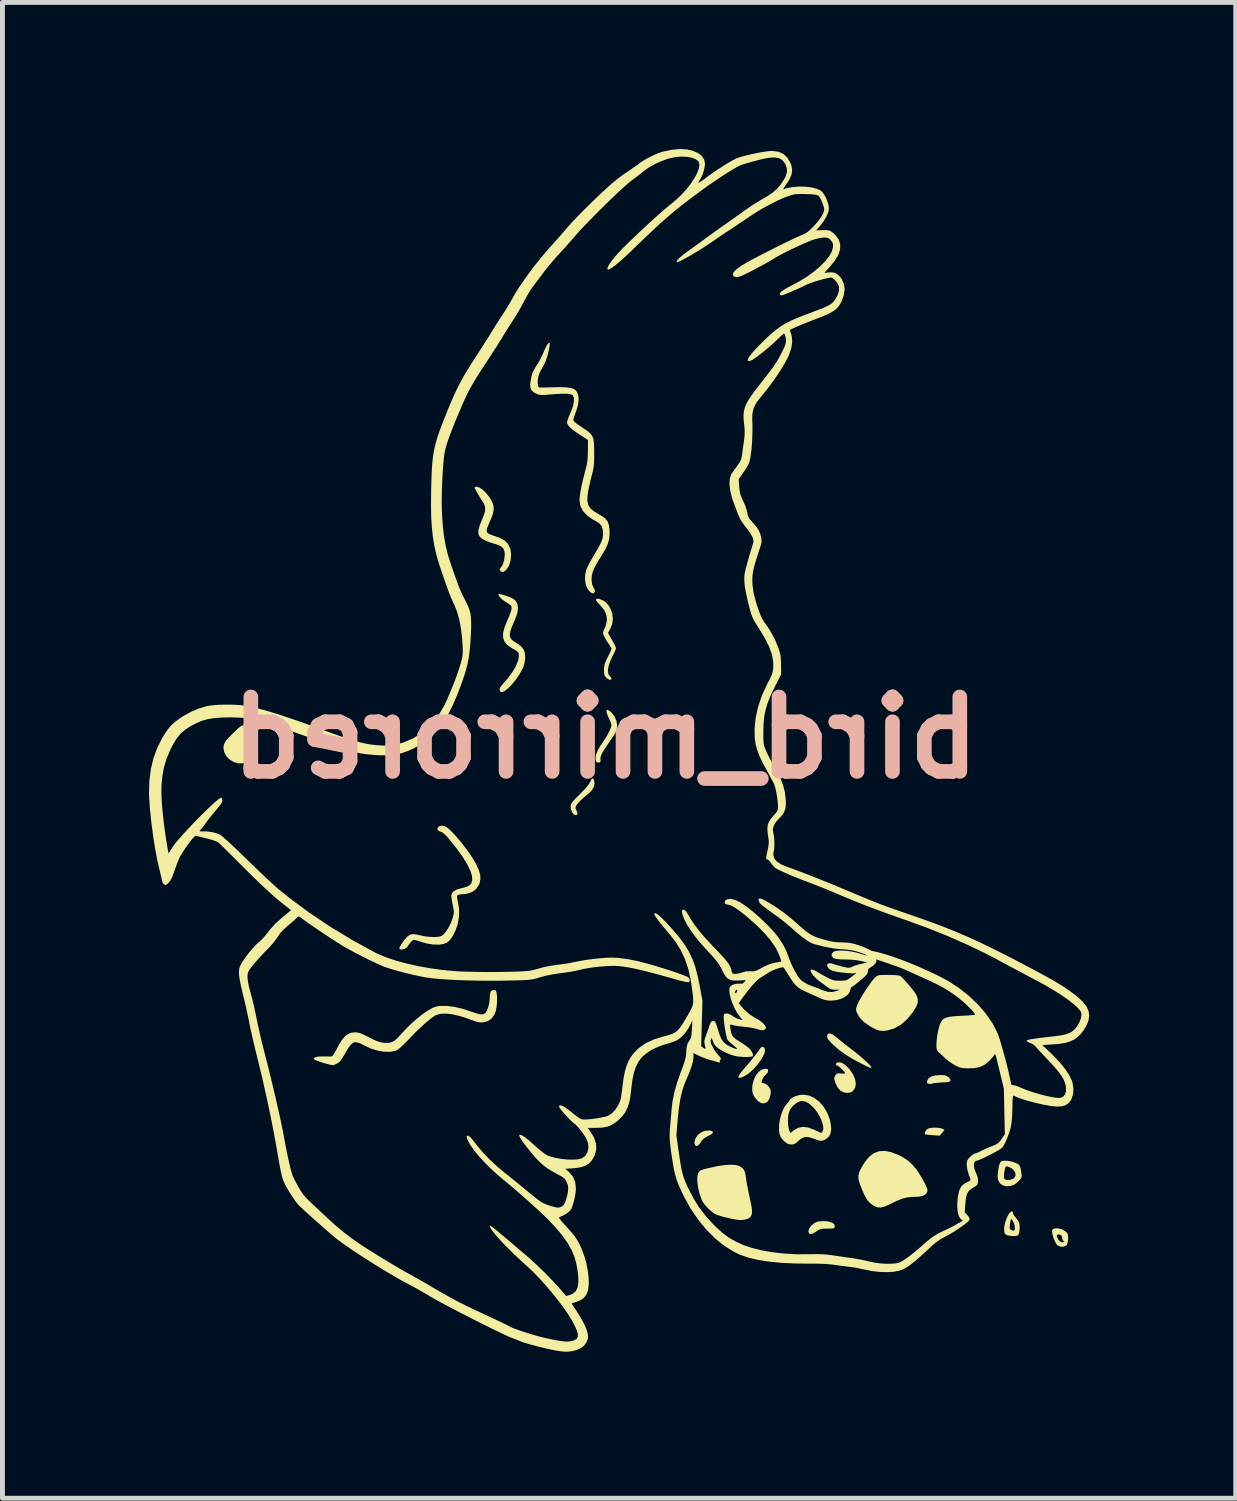
<source format=kicad_pcb>
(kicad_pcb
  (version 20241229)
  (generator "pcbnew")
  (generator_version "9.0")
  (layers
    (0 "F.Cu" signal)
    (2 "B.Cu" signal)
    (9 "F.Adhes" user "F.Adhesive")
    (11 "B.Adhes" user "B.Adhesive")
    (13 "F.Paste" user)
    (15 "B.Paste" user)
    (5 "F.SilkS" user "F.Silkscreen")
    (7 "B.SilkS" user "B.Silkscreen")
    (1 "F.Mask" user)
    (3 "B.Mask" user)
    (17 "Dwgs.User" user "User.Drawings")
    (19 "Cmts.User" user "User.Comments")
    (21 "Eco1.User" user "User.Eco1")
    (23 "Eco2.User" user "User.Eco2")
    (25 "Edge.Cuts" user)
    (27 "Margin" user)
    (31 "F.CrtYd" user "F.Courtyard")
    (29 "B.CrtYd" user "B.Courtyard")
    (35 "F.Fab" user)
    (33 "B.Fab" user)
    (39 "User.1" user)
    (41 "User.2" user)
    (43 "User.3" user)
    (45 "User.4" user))
  (footprint "bird_mirrored"
    (layer "F.Cu")
    (at 9.342 12.053)
    (property "Reference" "bird_mirrored" (at 0 0 0) (layer "B.SilkS") (effects (font (size 1.524 1.524) (thickness 0.3)) (justify mirror)))
    (attr board_only exclude_from_pos_files exclude_from_bom)
    (fp_poly (pts (xy 6.706 7.983) (xy 6.638 7.992) (xy 6.606 8.002) (xy 6.573 8.028) (xy 6.548 8.066) (xy 6.539 8.102) (xy 6.545 8.118) (xy 6.566 8.123) (xy 6.614 8.129) (xy 6.68 8.135) (xy 6.7 8.136) (xy 6.847 8.146) (xy 6.896 8.087) (xy 6.945 8.029) (xy 6.903 8.006) (xy 6.853 7.99) (xy 6.782 7.983)) (stroke (width 0) (type solid)) (fill yes) (layer "F.SilkS"))
    (fp_poly (pts (xy 2.032 8.048) (xy 1.954 8.083) (xy 1.888 8.138) (xy 1.843 8.206) (xy 1.825 8.281) (xy 1.825 8.305) (xy 1.842 8.347) (xy 1.874 8.359) (xy 1.911 8.338) (xy 1.915 8.332) (xy 1.945 8.293) (xy 1.975 8.248) (xy 2.015 8.207) (xy 2.077 8.166) (xy 2.107 8.152) (xy 2.172 8.117) (xy 2.202 8.086) (xy 2.198 8.062) (xy 2.16 8.045) (xy 2.117 8.039)) (stroke (width 0) (type solid)) (fill yes) (layer "F.SilkS"))
    (fp_poly (pts (xy 3.195 6.331) (xy 3.17 6.36) (xy 3.146 6.398) (xy 3.103 6.455) (xy 3.049 6.526) (xy 2.988 6.602) (xy 2.926 6.677) (xy 2.879 6.731) (xy 2.8 6.823) (xy 2.749 6.892) (xy 2.726 6.938) (xy 2.729 6.961) (xy 2.76 6.962) (xy 2.818 6.942) (xy 2.839 6.933) (xy 2.929 6.877) (xy 3.022 6.796) (xy 3.111 6.698) (xy 3.188 6.593) (xy 3.245 6.489) (xy 3.265 6.434) (xy 3.269 6.384) (xy 3.254 6.346) (xy 3.226 6.327)) (stroke (width 0) (type solid)) (fill yes) (layer "F.SilkS"))
    (fp_poly (pts (xy 6.748 6.914) (xy 6.665 6.939) (xy 6.611 6.98) (xy 6.596 7.007) (xy 6.586 7.047) (xy 6.588 7.071) (xy 6.612 7.083) (xy 6.651 7.088) (xy 6.683 7.084) (xy 6.689 7.08) (xy 6.711 7.074) (xy 6.76 7.067) (xy 6.825 7.061) (xy 6.897 7.056) (xy 6.966 7.053) (xy 6.975 7.053) (xy 7.036 7.044) (xy 7.065 7.021) (xy 7.061 6.987) (xy 7.026 6.948) (xy 6.991 6.924) (xy 6.949 6.911) (xy 6.888 6.906) (xy 6.859 6.906)) (stroke (width 0) (type solid)) (fill yes) (layer "F.SilkS"))
    (fp_poly (pts (xy 4.368 9.903) (xy 4.33 9.911) (xy 4.269 9.943) (xy 4.214 9.991) (xy 4.174 10.047) (xy 4.158 10.099) (xy 4.158 10.11) (xy 4.174 10.151) (xy 4.211 10.162) (xy 4.266 10.142) (xy 4.318 10.109) (xy 4.362 10.078) (xy 4.4 10.061) (xy 4.444 10.052) (xy 4.506 10.049) (xy 4.546 10.049) (xy 4.619 10.048) (xy 4.663 10.044) (xy 4.686 10.036) (xy 4.695 10.021) (xy 4.697 10.011) (xy 4.688 9.964) (xy 4.645 9.928) (xy 4.572 9.905) (xy 4.51 9.897) (xy 4.437 9.897)) (stroke (width 0) (type solid)) (fill yes) (layer "F.SilkS"))
    (fp_poly (pts (xy 4.563 6.058) (xy 4.542 6.095) (xy 4.54 6.108) (xy 4.543 6.138) (xy 4.559 6.171) (xy 4.595 6.215) (xy 4.65 6.272) (xy 4.773 6.382) (xy 4.92 6.488) (xy 5.095 6.594) (xy 5.225 6.662) (xy 5.315 6.708) (xy 5.377 6.737) (xy 5.417 6.753) (xy 5.438 6.758) (xy 5.447 6.752) (xy 5.448 6.746) (xy 5.434 6.723) (xy 5.397 6.682) (xy 5.339 6.627) (xy 5.267 6.562) (xy 5.185 6.492) (xy 5.097 6.421) (xy 5.038 6.376) (xy 4.953 6.311) (xy 4.868 6.244) (xy 4.793 6.184) (xy 4.737 6.137) (xy 4.734 6.135) (xy 4.659 6.078) (xy 4.602 6.053)) (stroke (width 0) (type solid)) (fill yes) (layer "F.SilkS"))
    (fp_poly (pts (xy -7.442 -0.245) (xy -7.474 -0.227) (xy -7.515 -0.194) (xy -7.573 -0.14) (xy -7.608 -0.106) (xy -7.69 -0.025) (xy -7.748 0.038) (xy -7.786 0.091) (xy -7.807 0.138) (xy -7.816 0.186) (xy -7.817 0.214) (xy -7.8 0.303) (xy -7.755 0.382) (xy -7.689 0.449) (xy -7.608 0.497) (xy -7.52 0.524) (xy -7.43 0.524) (xy -7.356 0.499) (xy -7.301 0.451) (xy -7.274 0.382) (xy -7.275 0.296) (xy -7.305 0.196) (xy -7.324 0.153) (xy -7.379 0.046) (xy -7.33 -0.049) (xy -7.302 -0.108) (xy -7.291 -0.15) (xy -7.296 -0.186) (xy -7.298 -0.195) (xy -7.318 -0.231) (xy -7.352 -0.247) (xy -7.384 -0.252) (xy -7.414 -0.252)) (stroke (width 0) (type solid)) (fill yes) (layer "F.SilkS"))
    (fp_poly (pts (xy 3.201 6.795) (xy 3.136 6.843) (xy 3.081 6.915) (xy 3.038 7.005) (xy 3.012 7.108) (xy 3.006 7.186) (xy 3.012 7.26) (xy 3.035 7.321) (xy 3.059 7.361) (xy 3.122 7.436) (xy 3.186 7.478) (xy 3.249 7.486) (xy 3.309 7.46) (xy 3.325 7.446) (xy 3.357 7.395) (xy 3.379 7.324) (xy 3.388 7.252) (xy 3.381 7.201) (xy 3.354 7.153) (xy 3.311 7.108) (xy 3.263 7.077) (xy 3.233 7.07) (xy 3.207 7.067) (xy 3.2 7.052) (xy 3.209 7.015) (xy 3.212 7.004) (xy 3.24 6.948) (xy 3.28 6.903) (xy 3.284 6.9) (xy 3.322 6.859) (xy 3.334 6.82) (xy 3.329 6.792) (xy 3.305 6.78) (xy 3.271 6.778)) (stroke (width 0) (type solid)) (fill yes) (layer "F.SilkS"))
    (fp_poly (pts (xy -0.273 0.834) (xy -0.29 0.863) (xy -0.306 0.898) (xy -0.345 0.961) (xy -0.413 1.044) (xy -0.511 1.146) (xy -0.527 1.162) (xy -0.6 1.234) (xy -0.65 1.287) (xy -0.683 1.325) (xy -0.701 1.356) (xy -0.709 1.383) (xy -0.711 1.413) (xy -0.711 1.416) (xy -0.702 1.473) (xy -0.68 1.524) (xy -0.65 1.563) (xy -0.618 1.584) (xy -0.59 1.583) (xy -0.572 1.559) (xy -0.574 1.526) (xy -0.591 1.489) (xy -0.61 1.441) (xy -0.603 1.401) (xy -0.578 1.362) (xy -0.531 1.309) (xy -0.469 1.248) (xy -0.4 1.187) (xy -0.34 1.14) (xy -0.277 1.079) (xy -0.236 1.008) (xy -0.22 0.936) (xy -0.23 0.871) (xy -0.244 0.847) (xy -0.26 0.83)) (stroke (width 0) (type solid)) (fill yes) (layer "F.SilkS"))
    (fp_poly (pts (xy 4.751 6.647) (xy 4.728 6.662) (xy 4.719 6.687) (xy 4.729 6.704) (xy 4.737 6.705) (xy 4.762 6.717) (xy 4.801 6.747) (xy 4.845 6.786) (xy 4.882 6.825) (xy 4.901 6.851) (xy 4.907 6.869) (xy 4.895 6.877) (xy 4.857 6.876) (xy 4.83 6.874) (xy 4.774 6.87) (xy 4.742 6.878) (xy 4.719 6.9) (xy 4.709 6.914) (xy 4.691 6.945) (xy 4.686 6.973) (xy 4.693 7.011) (xy 4.708 7.06) (xy 4.753 7.158) (xy 4.815 7.226) (xy 4.893 7.264) (xy 4.948 7.27) (xy 5.013 7.264) (xy 5.059 7.241) (xy 5.075 7.225) (xy 5.116 7.16) (xy 5.128 7.08) (xy 5.113 6.988) (xy 5.072 6.892) (xy 5.006 6.795) (xy 4.958 6.742) (xy 4.887 6.68) (xy 4.824 6.649) (xy 4.763 6.645)) (stroke (width 0) (type solid)) (fill yes) (layer "F.SilkS"))
    (fp_poly (pts (xy 9.193 10.047) (xy 9.158 10.065) (xy 9.147 10.101) (xy 9.147 10.112) (xy 9.155 10.171) (xy 9.176 10.242) (xy 9.205 10.311) (xy 9.236 10.367) (xy 9.262 10.395) (xy 9.32 10.419) (xy 9.381 10.42) (xy 9.431 10.398) (xy 9.447 10.382) (xy 9.465 10.335) (xy 9.469 10.304) (xy 9.396 10.304) (xy 9.393 10.313) (xy 9.364 10.332) (xy 9.325 10.323) (xy 9.287 10.29) (xy 9.274 10.272) (xy 9.245 10.216) (xy 9.242 10.183) (xy 9.264 10.169) (xy 9.282 10.167) (xy 9.329 10.179) (xy 9.352 10.218) (xy 9.356 10.258) (xy 9.364 10.293) (xy 9.381 10.299) (xy 9.396 10.304) (xy 9.469 10.304) (xy 9.474 10.267) (xy 9.475 10.247) (xy 9.472 10.187) (xy 9.46 10.148) (xy 9.432 10.116) (xy 9.42 10.106) (xy 9.345 10.062) (xy 9.261 10.042)) (stroke (width 0) (type solid)) (fill yes) (layer "F.SilkS"))
    (fp_poly (pts (xy 0.025 -0.556) (xy 0.024 -0.555) (xy 0.026 -0.522) (xy 0.044 -0.466) (xy 0.07 -0.407) (xy 0.099 -0.345) (xy 0.119 -0.292) (xy 0.127 -0.26) (xy 0.127 -0.259) (xy 0.117 -0.215) (xy 0.09 -0.15) (xy 0.051 -0.072) (xy 0.003 0.01) (xy -0.044 0.08) (xy -0.12 0.196) (xy -0.171 0.292) (xy -0.197 0.373) (xy -0.2 0.441) (xy -0.189 0.481) (xy -0.165 0.505) (xy -0.128 0.509) (xy -0.1 0.492) (xy -0.1 0.492) (xy -0.096 0.461) (xy -0.1 0.438) (xy -0.098 0.395) (xy -0.072 0.328) (xy -0.021 0.239) (xy 0.056 0.125) (xy 0.073 0.1) (xy 0.141 0.004) (xy 0.188 -0.071) (xy 0.218 -0.132) (xy 0.235 -0.185) (xy 0.242 -0.239) (xy 0.242 -0.255) (xy 0.228 -0.346) (xy 0.188 -0.437) (xy 0.128 -0.515) (xy 0.091 -0.547) (xy 0.054 -0.571) (xy 0.036 -0.573)) (stroke (width 0) (type solid)) (fill yes) (layer "F.SilkS"))
    (fp_poly (pts (xy 5.604 8.465) (xy 5.497 8.505) (xy 5.4 8.579) (xy 5.312 8.688) (xy 5.275 8.745) (xy 5.225 8.835) (xy 5.194 8.909) (xy 5.18 8.975) (xy 5.185 9.044) (xy 5.207 9.124) (xy 5.246 9.226) (xy 5.256 9.252) (xy 5.301 9.352) (xy 5.339 9.426) (xy 5.375 9.479) (xy 5.414 9.52) (xy 5.414 9.521) (xy 5.492 9.581) (xy 5.565 9.613) (xy 5.642 9.617) (xy 5.729 9.594) (xy 5.822 9.551) (xy 5.963 9.482) (xy 6.083 9.435) (xy 6.187 9.409) (xy 6.283 9.4) (xy 6.3 9.4) (xy 6.42 9.396) (xy 6.509 9.376) (xy 6.566 9.34) (xy 6.593 9.286) (xy 6.596 9.259) (xy 6.586 9.221) (xy 6.561 9.162) (xy 6.523 9.087) (xy 6.477 9.006) (xy 6.428 8.926) (xy 6.38 8.854) (xy 6.366 8.836) (xy 6.282 8.735) (xy 6.196 8.656) (xy 6.096 8.591) (xy 6.005 8.543) (xy 5.856 8.485) (xy 5.723 8.458)) (stroke (width 0) (type solid)) (fill yes) (layer "F.SilkS"))
    (fp_poly (pts (xy 2.439 8.749) (xy 2.285 8.772) (xy 2.111 8.81) (xy 2 8.838) (xy 1.941 8.864) (xy 1.904 8.907) (xy 1.885 8.973) (xy 1.882 9.065) (xy 1.886 9.109) (xy 1.903 9.225) (xy 1.931 9.34) (xy 1.966 9.442) (xy 1.999 9.509) (xy 2.049 9.575) (xy 2.113 9.645) (xy 2.182 9.706) (xy 2.243 9.749) (xy 2.246 9.75) (xy 2.303 9.773) (xy 2.385 9.799) (xy 2.482 9.824) (xy 2.582 9.847) (xy 2.675 9.864) (xy 2.749 9.874) (xy 2.774 9.875) (xy 2.839 9.868) (xy 2.9 9.853) (xy 2.909 9.849) (xy 2.953 9.826) (xy 2.983 9.795) (xy 2.999 9.753) (xy 3.004 9.694) (xy 2.996 9.614) (xy 2.976 9.509) (xy 2.951 9.393) (xy 2.928 9.289) (xy 2.907 9.182) (xy 2.89 9.085) (xy 2.88 9.014) (xy 2.867 8.924) (xy 2.846 8.86) (xy 2.811 8.815) (xy 2.759 8.778) (xy 2.742 8.768) (xy 2.67 8.747) (xy 2.568 8.741)) (stroke (width 0) (type solid)) (fill yes) (layer "F.SilkS"))
    (fp_poly (pts (xy 8.283 9.718) (xy 8.249 9.767) (xy 8.217 9.835) (xy 8.189 9.912) (xy 8.171 9.99) (xy 8.166 10.03) (xy 8.166 10.105) (xy 8.18 10.153) (xy 8.215 10.181) (xy 8.276 10.195) (xy 8.325 10.2) (xy 8.389 10.202) (xy 8.429 10.195) (xy 8.453 10.178) (xy 8.455 10.176) (xy 8.473 10.132) (xy 8.481 10.062) (xy 8.384 10.062) (xy 8.37 10.09) (xy 8.337 10.089) (xy 8.307 10.075) (xy 8.286 10.059) (xy 8.278 10.033) (xy 8.28 9.986) (xy 8.283 9.961) (xy 8.292 9.905) (xy 8.302 9.864) (xy 8.308 9.852) (xy 8.321 9.859) (xy 8.341 9.889) (xy 8.361 9.931) (xy 8.377 9.976) (xy 8.383 10.003) (xy 8.384 10.062) (xy 8.481 10.062) (xy 8.481 10.06) (xy 8.482 10.032) (xy 8.48 9.967) (xy 8.47 9.922) (xy 8.446 9.88) (xy 8.409 9.833) (xy 8.371 9.783) (xy 8.347 9.741) (xy 8.342 9.718) (xy 8.335 9.697) (xy 8.314 9.697)) (stroke (width 0) (type solid)) (fill yes) (layer "F.SilkS"))
    (fp_poly (pts (xy 5.7 4.856) (xy 5.638 4.858) (xy 5.596 4.863) (xy 5.567 4.873) (xy 5.543 4.89) (xy 5.52 4.911) (xy 5.478 4.958) (xy 5.424 5.029) (xy 5.364 5.115) (xy 5.302 5.209) (xy 5.245 5.302) (xy 5.197 5.386) (xy 5.164 5.452) (xy 5.156 5.472) (xy 5.138 5.53) (xy 5.133 5.57) (xy 5.141 5.606) (xy 5.15 5.63) (xy 5.207 5.728) (xy 5.294 5.819) (xy 5.414 5.904) (xy 5.457 5.929) (xy 5.544 5.973) (xy 5.616 5.997) (xy 5.688 6.002) (xy 5.773 5.993) (xy 5.775 5.992) (xy 5.915 5.951) (xy 6.049 5.875) (xy 6.175 5.766) (xy 6.29 5.626) (xy 6.314 5.591) (xy 6.368 5.499) (xy 6.396 5.424) (xy 6.398 5.356) (xy 6.377 5.286) (xy 6.354 5.244) (xy 6.322 5.197) (xy 6.275 5.135) (xy 6.218 5.067) (xy 6.159 4.999) (xy 6.104 4.939) (xy 6.059 4.894) (xy 6.034 4.874) (xy 6.004 4.867) (xy 5.947 4.861) (xy 5.87 4.857) (xy 5.791 4.856)) (stroke (width 0) (type solid)) (fill yes) (layer "F.SilkS"))
    (fp_poly (pts (xy 8.117 8.666) (xy 8.091 8.682) (xy 8.072 8.721) (xy 8.055 8.785) (xy 8.042 8.863) (xy 8.034 8.942) (xy 8.033 9.01) (xy 8.038 9.049) (xy 8.074 9.116) (xy 8.133 9.162) (xy 8.209 9.183) (xy 8.295 9.177) (xy 8.354 9.157) (xy 8.401 9.129) (xy 8.453 9.086) (xy 8.47 9.069) (xy 8.508 9.025) (xy 8.523 8.989) (xy 8.523 8.97) (xy 8.397 8.97) (xy 8.37 9.013) (xy 8.35 9.027) (xy 8.291 9.049) (xy 8.232 9.054) (xy 8.186 9.044) (xy 8.167 9.027) (xy 8.16 8.99) (xy 8.163 8.931) (xy 8.167 8.904) (xy 8.179 8.834) (xy 8.19 8.793) (xy 8.204 8.776) (xy 8.226 8.776) (xy 8.258 8.785) (xy 8.324 8.818) (xy 8.371 8.865) (xy 8.396 8.918) (xy 8.397 8.97) (xy 8.523 8.97) (xy 8.523 8.945) (xy 8.521 8.934) (xy 8.508 8.849) (xy 8.496 8.793) (xy 8.479 8.756) (xy 8.456 8.732) (xy 8.421 8.713) (xy 8.404 8.706) (xy 8.326 8.678) (xy 8.246 8.662) (xy 8.173 8.658)) (stroke (width 0) (type solid)) (fill yes) (layer "F.SilkS"))
    (fp_poly (pts (xy -0.183 -2.843) (xy -0.192 -2.822) (xy -0.17 -2.783) (xy -0.118 -2.727) (xy -0.111 -2.72) (xy -0.027 -2.621) (xy 0.021 -2.518) (xy 0.034 -2.411) (xy 0.01 -2.298) (xy -0.01 -2.25) (xy -0.035 -2.193) (xy -0.046 -2.155) (xy -0.042 -2.123) (xy -0.03 -2.09) (xy -0.005 -2.04) (xy 0.032 -1.977) (xy 0.062 -1.932) (xy 0.096 -1.88) (xy 0.12 -1.839) (xy 0.128 -1.821) (xy 0.12 -1.798) (xy 0.099 -1.752) (xy 0.069 -1.689) (xy 0.051 -1.654) (xy 0.012 -1.574) (xy -0.011 -1.513) (xy -0.023 -1.458) (xy -0.026 -1.398) (xy -0.027 -1.391) (xy -0.025 -1.323) (xy -0.015 -1.279) (xy 0.005 -1.244) (xy 0.017 -1.231) (xy 0.057 -1.2) (xy 0.095 -1.185) (xy 0.121 -1.191) (xy 0.128 -1.208) (xy 0.115 -1.236) (xy 0.089 -1.264) (xy 0.06 -1.312) (xy 0.053 -1.383) (xy 0.069 -1.474) (xy 0.105 -1.579) (xy 0.142 -1.658) (xy 0.176 -1.726) (xy 0.203 -1.785) (xy 0.217 -1.825) (xy 0.219 -1.834) (xy 0.21 -1.863) (xy 0.186 -1.913) (xy 0.152 -1.977) (xy 0.136 -2.005) (xy 0.054 -2.145) (xy 0.103 -2.232) (xy 0.143 -2.334) (xy 0.154 -2.441) (xy 0.141 -2.547) (xy 0.105 -2.647) (xy 0.049 -2.733) (xy -0.024 -2.799) (xy -0.112 -2.839) (xy -0.144 -2.845)) (stroke (width 0) (type solid)) (fill yes) (layer "F.SilkS"))
    (fp_poly (pts (xy -2.668 -5.133) (xy -2.678 -5.125) (xy -2.669 -5.1) (xy -2.644 -5.054) (xy -2.61 -4.994) (xy -2.572 -4.929) (xy -2.533 -4.868) (xy -2.507 -4.83) (xy -2.473 -4.769) (xy -2.458 -4.708) (xy -2.463 -4.638) (xy -2.488 -4.552) (xy -2.524 -4.465) (xy -2.571 -4.348) (xy -2.597 -4.254) (xy -2.599 -4.179) (xy -2.574 -4.119) (xy -2.52 -4.07) (xy -2.436 -4.027) (xy -2.318 -3.985) (xy -2.272 -3.972) (xy -2.179 -3.94) (xy -2.117 -3.905) (xy -2.08 -3.862) (xy -2.062 -3.803) (xy -2.059 -3.745) (xy -2.071 -3.627) (xy -2.105 -3.532) (xy -2.137 -3.485) (xy -2.161 -3.452) (xy -2.158 -3.428) (xy -2.151 -3.417) (xy -2.115 -3.392) (xy -2.074 -3.4) (xy -2.025 -3.441) (xy -2.024 -3.442) (xy -1.971 -3.523) (xy -1.939 -3.631) (xy -1.928 -3.755) (xy -1.944 -3.87) (xy -1.99 -3.966) (xy -2.065 -4.042) (xy -2.156 -4.089) (xy -2.222 -4.113) (xy -2.296 -4.14) (xy -2.321 -4.149) (xy -2.38 -4.173) (xy -2.416 -4.198) (xy -2.43 -4.23) (xy -2.424 -4.276) (xy -2.399 -4.344) (xy -2.374 -4.402) (xy -2.327 -4.512) (xy -2.298 -4.598) (xy -2.285 -4.669) (xy -2.287 -4.73) (xy -2.295 -4.772) (xy -2.326 -4.849) (xy -2.375 -4.929) (xy -2.436 -5.005) (xy -2.501 -5.069) (xy -2.566 -5.116) (xy -2.624 -5.138) (xy -2.634 -5.138)) (stroke (width 0) (type solid)) (fill yes) (layer "F.SilkS"))
    (fp_poly (pts (xy -2.184 -2.942) (xy -2.185 -2.918) (xy -2.162 -2.881) (xy -2.121 -2.839) (xy -2.068 -2.799) (xy -2.049 -2.787) (xy -1.993 -2.753) (xy -1.95 -2.722) (xy -1.931 -2.706) (xy -1.918 -2.676) (xy -1.92 -2.632) (xy -1.937 -2.568) (xy -1.97 -2.482) (xy -2.008 -2.397) (xy -2.063 -2.262) (xy -2.092 -2.149) (xy -2.093 -2.054) (xy -2.067 -1.973) (xy -2.011 -1.903) (xy -1.925 -1.84) (xy -1.865 -1.807) (xy -1.818 -1.778) (xy -1.785 -1.749) (xy -1.779 -1.739) (xy -1.769 -1.666) (xy -1.786 -1.575) (xy -1.83 -1.469) (xy -1.896 -1.354) (xy -1.985 -1.231) (xy -2.09 -1.109) (xy -2.141 -1.048) (xy -2.164 -1.003) (xy -2.165 -0.981) (xy -2.148 -0.942) (xy -2.113 -0.934) (xy -2.06 -0.957) (xy -1.991 -1.011) (xy -1.983 -1.018) (xy -1.903 -1.102) (xy -1.823 -1.203) (xy -1.75 -1.311) (xy -1.694 -1.414) (xy -1.674 -1.46) (xy -1.653 -1.535) (xy -1.641 -1.621) (xy -1.64 -1.656) (xy -1.649 -1.746) (xy -1.68 -1.82) (xy -1.737 -1.883) (xy -1.826 -1.944) (xy -1.828 -1.945) (xy -1.888 -1.984) (xy -1.929 -2.022) (xy -1.952 -2.065) (xy -1.956 -2.117) (xy -1.943 -2.185) (xy -1.912 -2.274) (xy -1.863 -2.388) (xy -1.851 -2.414) (xy -1.804 -2.543) (xy -1.787 -2.653) (xy -1.8 -2.743) (xy -1.843 -2.813) (xy -1.9 -2.854) (xy -1.947 -2.876) (xy -2.008 -2.898) (xy -2.072 -2.919) (xy -2.129 -2.935) (xy -2.17 -2.943)) (stroke (width 0) (type solid)) (fill yes) (layer "F.SilkS"))
    (fp_poly (pts (xy 3.975 7.315) (xy 3.896 7.336) (xy 3.828 7.368) (xy 3.783 7.404) (xy 3.772 7.422) (xy 3.747 7.463) (xy 3.711 7.503) (xy 3.668 7.559) (xy 3.627 7.642) (xy 3.593 7.741) (xy 3.568 7.847) (xy 3.558 7.928) (xy 3.556 8.038) (xy 3.57 8.124) (xy 3.602 8.193) (xy 3.655 8.255) (xy 3.663 8.262) (xy 3.717 8.304) (xy 3.765 8.323) (xy 3.808 8.327) (xy 3.858 8.322) (xy 3.899 8.302) (xy 3.946 8.26) (xy 3.949 8.257) (xy 4.017 8.201) (xy 4.085 8.174) (xy 4.162 8.176) (xy 4.256 8.204) (xy 4.266 8.208) (xy 4.343 8.237) (xy 4.398 8.251) (xy 4.442 8.249) (xy 4.486 8.234) (xy 4.502 8.226) (xy 4.57 8.174) (xy 4.611 8.101) (xy 4.624 8.008) (xy 4.464 8.008) (xy 4.449 8.058) (xy 4.446 8.063) (xy 4.425 8.085) (xy 4.418 8.09) (xy 4.4 8.083) (xy 4.358 8.063) (xy 4.299 8.036) (xy 4.279 8.026) (xy 4.156 7.98) (xy 4.046 7.966) (xy 3.947 7.985) (xy 3.857 8.037) (xy 3.846 8.046) (xy 3.792 8.092) (xy 3.77 8.051) (xy 3.753 7.997) (xy 3.742 7.919) (xy 3.739 7.831) (xy 3.744 7.746) (xy 3.752 7.694) (xy 3.78 7.618) (xy 3.829 7.55) (xy 3.852 7.526) (xy 3.931 7.465) (xy 4.008 7.437) (xy 4.086 7.444) (xy 4.167 7.486) (xy 4.253 7.562) (xy 4.281 7.593) (xy 4.343 7.674) (xy 4.395 7.764) (xy 4.434 7.854) (xy 4.458 7.938) (xy 4.464 8.008) (xy 4.624 8.008) (xy 4.625 8.006) (xy 4.612 7.887) (xy 4.594 7.81) (xy 4.542 7.675) (xy 4.47 7.555) (xy 4.381 7.453) (xy 4.28 7.375) (xy 4.171 7.325) (xy 4.06 7.307) (xy 4.057 7.307)) (stroke (width 0) (type solid)) (fill yes) (layer "F.SilkS"))
    (fp_poly (pts (xy -3.406 1.815) (xy -3.42 1.827) (xy -3.44 1.864) (xy -3.426 1.897) (xy -3.381 1.92) (xy -3.371 1.922) (xy -3.336 1.938) (xy -3.293 1.972) (xy -3.237 2.029) (xy -3.183 2.093) (xy -3.036 2.277) (xy -2.917 2.444) (xy -2.826 2.592) (xy -2.763 2.721) (xy -2.729 2.83) (xy -2.724 2.919) (xy -2.748 2.987) (xy -2.772 3.015) (xy -2.825 3.045) (xy -2.904 3.071) (xy -2.944 3.08) (xy -3.046 3.108) (xy -3.114 3.149) (xy -3.148 3.203) (xy -3.152 3.236) (xy -3.149 3.276) (xy -3.139 3.34) (xy -3.125 3.415) (xy -3.122 3.432) (xy -3.107 3.507) (xy -3.101 3.559) (xy -3.103 3.603) (xy -3.115 3.653) (xy -3.132 3.711) (xy -3.167 3.803) (xy -3.214 3.894) (xy -3.266 3.973) (xy -3.317 4.032) (xy -3.353 4.058) (xy -3.41 4.074) (xy -3.493 4.08) (xy -3.592 4.077) (xy -3.697 4.064) (xy -3.79 4.045) (xy -3.881 4.025) (xy -3.949 4.021) (xy -4.001 4.035) (xy -4.048 4.068) (xy -4.076 4.095) (xy -4.117 4.144) (xy -4.158 4.2) (xy -4.191 4.254) (xy -4.213 4.297) (xy -4.217 4.321) (xy -4.217 4.321) (xy -4.188 4.336) (xy -4.144 4.334) (xy -4.097 4.317) (xy -4.069 4.296) (xy -4.034 4.252) (xy -3.996 4.2) (xy -3.992 4.195) (xy -3.959 4.157) (xy -3.928 4.137) (xy -3.922 4.136) (xy -3.892 4.142) (xy -3.838 4.157) (xy -3.77 4.179) (xy -3.755 4.184) (xy -3.639 4.216) (xy -3.521 4.233) (xy -3.41 4.236) (xy -3.314 4.223) (xy -3.243 4.196) (xy -3.18 4.141) (xy -3.121 4.056) (xy -3.068 3.949) (xy -3.026 3.828) (xy -3.026 3.827) (xy -2.995 3.667) (xy -2.993 3.513) (xy -3.016 3.372) (xy -3.029 3.308) (xy -3.036 3.257) (xy -3.035 3.231) (xy -3.012 3.215) (xy -2.968 3.207) (xy -2.962 3.207) (xy -2.831 3.194) (xy -2.724 3.156) (xy -2.641 3.093) (xy -2.585 3.007) (xy -2.57 2.965) (xy -2.557 2.885) (xy -2.562 2.804) (xy -2.589 2.712) (xy -2.638 2.602) (xy -2.643 2.59) (xy -2.7 2.491) (xy -2.775 2.377) (xy -2.864 2.254) (xy -2.959 2.132) (xy -3.055 2.019) (xy -3.146 1.921) (xy -3.222 1.849) (xy -3.287 1.81) (xy -3.351 1.799)) (stroke (width 0) (type solid)) (fill yes) (layer "F.SilkS"))
    (fp_poly (pts (xy -2.323 5.173) (xy -2.347 5.198) (xy -2.361 5.247) (xy -2.367 5.325) (xy -2.367 5.34) (xy -2.375 5.424) (xy -2.395 5.509) (xy -2.422 5.583) (xy -2.452 5.632) (xy -2.486 5.657) (xy -2.533 5.664) (xy -2.597 5.655) (xy -2.686 5.628) (xy -2.727 5.613) (xy -2.91 5.553) (xy -3.083 5.511) (xy -3.241 5.49) (xy -3.379 5.49) (xy -3.461 5.503) (xy -3.54 5.532) (xy -3.635 5.587) (xy -3.743 5.661) (xy -3.857 5.751) (xy -3.972 5.853) (xy -4.084 5.962) (xy -4.173 6.06) (xy -4.248 6.142) (xy -4.31 6.198) (xy -4.369 6.231) (xy -4.432 6.246) (xy -4.508 6.247) (xy -4.538 6.245) (xy -4.598 6.235) (xy -4.663 6.215) (xy -4.741 6.182) (xy -4.838 6.133) (xy -4.928 6.088) (xy -4.995 6.057) (xy -5.048 6.04) (xy -5.094 6.032) (xy -5.126 6.031) (xy -5.201 6.039) (xy -5.267 6.064) (xy -5.329 6.111) (xy -5.389 6.182) (xy -5.452 6.282) (xy -5.51 6.392) (xy -5.552 6.467) (xy -5.586 6.512) (xy -5.608 6.525) (xy -5.641 6.526) (xy -5.698 6.525) (xy -5.769 6.524) (xy -5.776 6.524) (xy -5.866 6.526) (xy -5.925 6.536) (xy -5.948 6.547) (xy -5.969 6.565) (xy -5.966 6.58) (xy -5.934 6.599) (xy -5.924 6.604) (xy -5.886 6.619) (xy -5.827 6.64) (xy -5.757 6.661) (xy -5.686 6.681) (xy -5.625 6.696) (xy -5.585 6.704) (xy -5.577 6.705) (xy -5.555 6.697) (xy -5.515 6.681) (xy -5.512 6.68) (xy -5.472 6.659) (xy -5.438 6.631) (xy -5.404 6.589) (xy -5.364 6.526) (xy -5.32 6.45) (xy -5.261 6.351) (xy -5.211 6.283) (xy -5.163 6.244) (xy -5.113 6.232) (xy -5.054 6.243) (xy -4.98 6.276) (xy -4.949 6.293) (xy -4.81 6.359) (xy -4.668 6.404) (xy -4.531 6.428) (xy -4.404 6.43) (xy -4.296 6.408) (xy -4.284 6.403) (xy -4.236 6.375) (xy -4.17 6.32) (xy -4.086 6.238) (xy -4.016 6.164) (xy -3.911 6.056) (xy -3.805 5.953) (xy -3.703 5.859) (xy -3.609 5.779) (xy -3.529 5.717) (xy -3.468 5.678) (xy -3.467 5.678) (xy -3.382 5.652) (xy -3.271 5.647) (xy -3.138 5.661) (xy -2.987 5.695) (xy -2.822 5.747) (xy -2.766 5.769) (xy -2.678 5.801) (xy -2.613 5.82) (xy -2.56 5.828) (xy -2.506 5.827) (xy -2.501 5.827) (xy -2.405 5.802) (xy -2.327 5.747) (xy -2.265 5.659) (xy -2.243 5.596) (xy -2.226 5.509) (xy -2.217 5.412) (xy -2.216 5.316) (xy -2.22 5.266) (xy -2.228 5.209) (xy -2.239 5.179) (xy -2.257 5.167) (xy -2.286 5.166)) (stroke (width 0) (type solid)) (fill yes) (layer "F.SilkS"))
    (fp_poly (pts (xy -1.157 -8.084) (xy -1.185 -8.052) (xy -1.218 -7.996) (xy -1.253 -7.921) (xy -1.267 -7.886) (xy -1.304 -7.803) (xy -1.35 -7.714) (xy -1.384 -7.656) (xy -1.433 -7.58) (xy -1.466 -7.523) (xy -1.488 -7.476) (xy -1.504 -7.427) (xy -1.518 -7.366) (xy -1.522 -7.347) (xy -1.538 -7.244) (xy -1.534 -7.168) (xy -1.509 -7.112) (xy -1.461 -7.069) (xy -1.428 -7.05) (xy -1.388 -7.032) (xy -1.352 -7.022) (xy -1.309 -7.017) (xy -1.252 -7.018) (xy -1.169 -7.024) (xy -1.151 -7.026) (xy -0.999 -7.037) (xy -0.88 -7.042) (xy -0.79 -7.042) (xy -0.726 -7.036) (xy -0.684 -7.023) (xy -0.662 -7.006) (xy -0.643 -6.953) (xy -0.644 -6.877) (xy -0.663 -6.783) (xy -0.701 -6.678) (xy -0.719 -6.638) (xy -0.749 -6.569) (xy -0.772 -6.507) (xy -0.783 -6.465) (xy -0.784 -6.458) (xy -0.775 -6.42) (xy -0.748 -6.378) (xy -0.699 -6.33) (xy -0.624 -6.272) (xy -0.528 -6.208) (xy -0.355 -6.094) (xy -0.357 -5.876) (xy -0.359 -5.766) (xy -0.366 -5.677) (xy -0.379 -5.593) (xy -0.402 -5.497) (xy -0.415 -5.448) (xy -0.454 -5.294) (xy -0.487 -5.15) (xy -0.511 -5.023) (xy -0.525 -4.92) (xy -0.528 -4.858) (xy -0.511 -4.746) (xy -0.458 -4.643) (xy -0.371 -4.549) (xy -0.248 -4.463) (xy -0.196 -4.435) (xy -0.12 -4.387) (xy -0.074 -4.33) (xy -0.052 -4.256) (xy -0.048 -4.194) (xy -0.049 -4.14) (xy -0.055 -4.091) (xy -0.07 -4.04) (xy -0.095 -3.981) (xy -0.133 -3.908) (xy -0.187 -3.815) (xy -0.229 -3.744) (xy -0.28 -3.656) (xy -0.327 -3.571) (xy -0.364 -3.498) (xy -0.387 -3.445) (xy -0.39 -3.439) (xy -0.413 -3.333) (xy -0.415 -3.227) (xy -0.398 -3.127) (xy -0.363 -3.044) (xy -0.312 -2.984) (xy -0.308 -2.982) (xy -0.268 -2.957) (xy -0.244 -2.956) (xy -0.221 -2.976) (xy -0.22 -2.977) (xy -0.211 -3.002) (xy -0.222 -3.038) (xy -0.241 -3.073) (xy -0.268 -3.133) (xy -0.28 -3.201) (xy -0.281 -3.253) (xy -0.276 -3.319) (xy -0.261 -3.385) (xy -0.233 -3.458) (xy -0.19 -3.543) (xy -0.129 -3.646) (xy -0.077 -3.728) (xy -0.004 -3.85) (xy 0.046 -3.956) (xy 0.076 -4.054) (xy 0.088 -4.153) (xy 0.087 -4.246) (xy 0.075 -4.349) (xy 0.047 -4.427) (xy -0.002 -4.489) (xy -0.078 -4.544) (xy -0.124 -4.57) (xy -0.229 -4.632) (xy -0.302 -4.693) (xy -0.347 -4.76) (xy -0.367 -4.841) (xy -0.366 -4.942) (xy -0.353 -5.036) (xy -0.334 -5.134) (xy -0.309 -5.247) (xy -0.283 -5.352) (xy -0.277 -5.375) (xy -0.257 -5.448) (xy -0.244 -5.512) (xy -0.235 -5.576) (xy -0.23 -5.651) (xy -0.228 -5.745) (xy -0.228 -5.831) (xy -0.229 -5.955) (xy -0.234 -6.05) (xy -0.246 -6.123) (xy -0.27 -6.181) (xy -0.308 -6.229) (xy -0.363 -6.277) (xy -0.44 -6.33) (xy -0.483 -6.359) (xy -0.572 -6.419) (xy -0.629 -6.465) (xy -0.654 -6.497) (xy -0.656 -6.504) (xy -0.649 -6.537) (xy -0.632 -6.592) (xy -0.607 -6.66) (xy -0.601 -6.675) (xy -0.561 -6.802) (xy -0.546 -6.917) (xy -0.555 -7.017) (xy -0.582 -7.081) (xy -0.613 -7.118) (xy -0.658 -7.145) (xy -0.723 -7.164) (xy -0.81 -7.174) (xy -0.924 -7.178) (xy -1.07 -7.175) (xy -1.074 -7.175) (xy -1.17 -7.172) (xy -1.254 -7.17) (xy -1.318 -7.17) (xy -1.356 -7.172) (xy -1.362 -7.173) (xy -1.376 -7.196) (xy -1.383 -7.244) (xy -1.384 -7.306) (xy -1.376 -7.372) (xy -1.367 -7.414) (xy -1.349 -7.46) (xy -1.318 -7.524) (xy -1.28 -7.592) (xy -1.278 -7.596) (xy -1.226 -7.698) (xy -1.186 -7.814) (xy -1.166 -7.895) (xy -1.15 -7.972) (xy -1.14 -8.035) (xy -1.136 -8.075) (xy -1.138 -8.087)) (stroke (width 0) (type solid)) (fill yes) (layer "F.SilkS"))
    (fp_poly (pts (xy 1.356 -12.036) (xy 1.173 -11.997) (xy 1.086 -11.968) (xy 0.982 -11.923) (xy 0.874 -11.869) (xy 0.776 -11.812) (xy 0.709 -11.767) (xy 0.665 -11.734) (xy 0.598 -11.687) (xy 0.517 -11.63) (xy 0.429 -11.571) (xy 0.403 -11.553) (xy 0.321 -11.495) (xy 0.24 -11.433) (xy 0.154 -11.363) (xy 0.058 -11.279) (xy -0.051 -11.179) (xy -0.18 -11.057) (xy -0.213 -11.025) (xy -0.323 -10.918) (xy -0.434 -10.808) (xy -0.54 -10.701) (xy -0.635 -10.601) (xy -0.715 -10.516) (xy -0.773 -10.45) (xy -0.855 -10.354) (xy -0.949 -10.246) (xy -1.044 -10.14) (xy -1.118 -10.058) (xy -1.226 -9.936) (xy -1.34 -9.798) (xy -1.457 -9.651) (xy -1.57 -9.5) (xy -1.676 -9.352) (xy -1.77 -9.215) (xy -1.845 -9.094) (xy -1.877 -9.038) (xy -1.933 -8.939) (xy -1.995 -8.833) (xy -2.056 -8.734) (xy -2.098 -8.669) (xy -2.152 -8.587) (xy -2.216 -8.488) (xy -2.281 -8.384) (xy -2.33 -8.305) (xy -2.378 -8.226) (xy -2.442 -8.125) (xy -2.515 -8.011) (xy -2.592 -7.89) (xy -2.669 -7.771) (xy -2.687 -7.744) (xy -2.788 -7.585) (xy -2.877 -7.439) (xy -2.956 -7.298) (xy -3.03 -7.154) (xy -3.102 -7.001) (xy -3.176 -6.831) (xy -3.256 -6.636) (xy -3.286 -6.56) (xy -3.349 -6.398) (xy -3.402 -6.256) (xy -3.444 -6.129) (xy -3.478 -6.01) (xy -3.505 -5.893) (xy -3.525 -5.773) (xy -3.54 -5.643) (xy -3.551 -5.497) (xy -3.558 -5.33) (xy -3.564 -5.135) (xy -3.566 -5.024) (xy -3.568 -4.757) (xy -3.564 -4.519) (xy -3.551 -4.305) (xy -3.53 -4.11) (xy -3.5 -3.927) (xy -3.46 -3.751) (xy -3.409 -3.575) (xy -3.378 -3.48) (xy -3.341 -3.371) (xy -3.301 -3.255) (xy -3.263 -3.146) (xy -3.232 -3.057) (xy -3.232 -3.056) (xy -3.195 -2.958) (xy -3.152 -2.852) (xy -3.108 -2.756) (xy -3.095 -2.728) (xy -3.038 -2.591) (xy -2.991 -2.424) (xy -2.955 -2.233) (xy -2.93 -2.022) (xy -2.923 -1.918) (xy -2.918 -1.821) (xy -2.918 -1.748) (xy -2.923 -1.686) (xy -2.934 -1.622) (xy -2.954 -1.545) (xy -2.96 -1.522) (xy -2.995 -1.408) (xy -3.042 -1.271) (xy -3.098 -1.122) (xy -3.159 -0.97) (xy -3.22 -0.825) (xy -3.278 -0.699) (xy -3.309 -0.638) (xy -3.434 -0.43) (xy -3.58 -0.253) (xy -3.747 -0.105) (xy -3.934 0.013) (xy -4.139 0.099) (xy -4.245 0.13) (xy -4.329 0.149) (xy -4.402 0.159) (xy -4.479 0.162) (xy -4.576 0.159) (xy -4.592 0.158) (xy -4.683 0.151) (xy -4.769 0.143) (xy -4.855 0.13) (xy -4.944 0.112) (xy -5.04 0.089) (xy -5.147 0.059) (xy -5.27 0.021) (xy -5.411 -0.027) (xy -5.576 -0.085) (xy -5.767 -0.154) (xy -5.931 -0.214) (xy -6.224 -0.32) (xy -6.492 -0.412) (xy -6.732 -0.491) (xy -6.944 -0.555) (xy -7.127 -0.605) (xy -7.279 -0.64) (xy -7.325 -0.649) (xy -7.455 -0.666) (xy -7.603 -0.676) (xy -7.759 -0.678) (xy -7.911 -0.675) (xy -8.049 -0.664) (xy -8.154 -0.647) (xy -8.319 -0.6) (xy -8.488 -0.528) (xy -8.651 -0.438) (xy -8.796 -0.335) (xy -8.892 -0.249) (xy -8.939 -0.193) (xy -8.994 -0.118) (xy -9.046 -0.038) (xy -9.061 -0.014) (xy -9.168 0.197) (xy -9.249 0.414) (xy -9.304 0.642) (xy -9.335 0.886) (xy -9.342 1.149) (xy -9.325 1.436) (xy -9.321 1.476) (xy -9.29 1.762) (xy -9.254 2.029) (xy -9.216 2.272) (xy -9.176 2.487) (xy -9.139 2.651) (xy -9.116 2.744) (xy -9.096 2.827) (xy -9.082 2.891) (xy -9.075 2.929) (xy -9.074 2.935) (xy -9.061 2.969) (xy -9.038 2.997) (xy -9.015 3.015) (xy -8.995 3.015) (xy -8.968 2.995) (xy -8.941 2.968) (xy -8.905 2.924) (xy -8.872 2.864) (xy -8.839 2.78) (xy -8.82 2.725) (xy -8.79 2.637) (xy -8.757 2.55) (xy -8.728 2.479) (xy -8.715 2.452) (xy -8.678 2.386) (xy -8.628 2.307) (xy -8.572 2.224) (xy -8.516 2.146) (xy -8.466 2.082) (xy -8.433 2.046) (xy -8.389 2.005) (xy -8.175 2.058) (xy -8.087 2.081) (xy -8.01 2.105) (xy -7.951 2.127) (xy -7.921 2.144) (xy -7.899 2.164) (xy -7.855 2.207) (xy -7.792 2.27) (xy -7.712 2.349) (xy -7.618 2.442) (xy -7.515 2.545) (xy -7.404 2.656) (xy -7.389 2.671) (xy -7.234 2.825) (xy -7.086 2.968) (xy -6.95 3.096) (xy -6.829 3.207) (xy -6.727 3.296) (xy -6.665 3.347) (xy -6.433 3.531) (xy -6.61 3.675) (xy -6.747 3.797) (xy -6.859 3.92) (xy -6.896 3.969) (xy -6.955 4.044) (xy -7.018 4.115) (xy -7.077 4.173) (xy -7.1 4.191) (xy -7.154 4.24) (xy -7.219 4.31) (xy -7.289 4.393) (xy -7.356 4.481) (xy -7.416 4.567) (xy -7.461 4.641) (xy -7.485 4.691) (xy -7.496 4.737) (xy -7.501 4.791) (xy -7.498 4.857) (xy -7.487 4.94) (xy -7.466 5.046) (xy -7.437 5.178) (xy -7.407 5.302) (xy -7.377 5.426) (xy -7.347 5.556) (xy -7.32 5.682) (xy -7.297 5.791) (xy -7.288 5.84) (xy -7.272 5.92) (xy -7.248 6.028) (xy -7.22 6.155) (xy -7.187 6.293) (xy -7.153 6.434) (xy -7.132 6.519) (xy -7.026 6.955) (xy -6.928 7.39) (xy -6.839 7.812) (xy -6.762 8.214) (xy -6.733 8.379) (xy -6.704 8.547) (xy -6.68 8.683) (xy -6.66 8.792) (xy -6.642 8.879) (xy -6.627 8.947) (xy -6.613 9.002) (xy -6.598 9.047) (xy -6.583 9.087) (xy -6.577 9.103) (xy -6.545 9.167) (xy -6.499 9.249) (xy -6.444 9.338) (xy -6.386 9.426) (xy -6.332 9.503) (xy -6.288 9.559) (xy -6.281 9.566) (xy -6.25 9.596) (xy -6.197 9.646) (xy -6.125 9.712) (xy -6.04 9.788) (xy -5.947 9.872) (xy -5.85 9.957) (xy -5.755 10.042) (xy -5.665 10.12) (xy -5.586 10.189) (xy -5.55 10.219) (xy -5.471 10.282) (xy -5.364 10.36) (xy -5.236 10.449) (xy -5.091 10.546) (xy -4.934 10.648) (xy -4.771 10.752) (xy -4.607 10.854) (xy -4.446 10.951) (xy -4.294 11.041) (xy -4.156 11.119) (xy -4.036 11.183) (xy -4.013 11.195) (xy -3.956 11.225) (xy -3.874 11.27) (xy -3.777 11.326) (xy -3.671 11.387) (xy -3.563 11.451) (xy -3.558 11.454) (xy -3.479 11.499) (xy -3.376 11.556) (xy -3.254 11.621) (xy -3.117 11.693) (xy -2.97 11.77) (xy -2.817 11.848) (xy -2.662 11.927) (xy -2.51 12.003) (xy -2.365 12.075) (xy -2.231 12.141) (xy -2.113 12.197) (xy -2.016 12.243) (xy -1.942 12.275) (xy -1.907 12.289) (xy -1.841 12.313) (xy -1.769 12.343) (xy -1.749 12.351) (xy -1.69 12.374) (xy -1.603 12.401) (xy -1.497 12.431) (xy -1.379 12.463) (xy -1.258 12.493) (xy -1.142 12.519) (xy -1.039 12.54) (xy -1.013 12.545) (xy -0.903 12.562) (xy -0.817 12.569) (xy -0.744 12.567) (xy -0.673 12.556) (xy -0.622 12.544) (xy -0.517 12.505) (xy -0.441 12.452) (xy -0.388 12.379) (xy -0.379 12.359) (xy -0.358 12.302) (xy -0.353 12.253) (xy -0.362 12.192) (xy -0.363 12.189) (xy -0.391 12.096) (xy -0.439 11.989) (xy -0.51 11.862) (xy -0.59 11.734) (xy -0.691 11.58) (xy -0.602 11.551) (xy -0.511 11.515) (xy -0.447 11.474) (xy -0.4 11.419) (xy -0.379 11.383) (xy -0.351 11.3) (xy -0.339 11.191) (xy -0.341 11.062) (xy -0.357 10.921) (xy -0.385 10.772) (xy -0.426 10.624) (xy -0.477 10.482) (xy -0.52 10.386) (xy -0.556 10.317) (xy -0.592 10.258) (xy -0.633 10.199) (xy -0.684 10.135) (xy -0.751 10.059) (xy -0.822 9.981) (xy -0.884 9.912) (xy -0.923 9.865) (xy -0.943 9.835) (xy -0.945 9.818) (xy -0.935 9.811) (xy -0.861 9.781) (xy -0.788 9.738) (xy -0.73 9.69) (xy -0.703 9.658) (xy -0.676 9.597) (xy -0.65 9.512) (xy -0.626 9.415) (xy -0.61 9.319) (xy -0.602 9.236) (xy -0.602 9.228) (xy -0.616 9.098) (xy -0.662 8.987) (xy -0.738 8.896) (xy -0.739 8.895) (xy -0.819 8.824) (xy -0.654 8.814) (xy -0.522 8.797) (xy -0.418 8.767) (xy -0.338 8.72) (xy -0.283 8.663) (xy -0.216 8.549) (xy -0.185 8.431) (xy -0.19 8.31) (xy -0.231 8.186) (xy -0.299 8.072) (xy -0.361 7.986) (xy -0.194 7.986) (xy -0.06 7.981) (xy 0.048 7.961) (xy 0.141 7.922) (xy 0.228 7.863) (xy 0.265 7.831) (xy 0.347 7.748) (xy 0.41 7.664) (xy 0.456 7.571) (xy 0.491 7.462) (xy 0.515 7.329) (xy 0.529 7.209) (xy 0.552 7.023) (xy 0.583 6.868) (xy 0.624 6.74) (xy 0.677 6.633) (xy 0.746 6.543) (xy 0.833 6.466) (xy 0.94 6.395) (xy 0.959 6.384) (xy 1.042 6.344) (xy 1.139 6.305) (xy 1.231 6.275) (xy 1.232 6.275) (xy 1.312 6.252) (xy 1.387 6.227) (xy 1.444 6.205) (xy 1.451 6.202) (xy 1.539 6.144) (xy 1.624 6.058) (xy 1.699 5.952) (xy 1.726 5.902) (xy 1.783 5.787) (xy 1.773 5.968) (xy 1.766 6.06) (xy 1.757 6.123) (xy 1.744 6.164) (xy 1.73 6.186) (xy 1.681 6.266) (xy 1.659 6.371) (xy 1.658 6.41) (xy 1.655 6.476) (xy 1.645 6.543) (xy 1.626 6.617) (xy 1.597 6.707) (xy 1.554 6.821) (xy 1.539 6.861) (xy 1.47 7.058) (xy 1.414 7.256) (xy 1.376 7.444) (xy 1.358 7.589) (xy 1.352 7.67) (xy 1.343 7.773) (xy 1.333 7.88) (xy 1.327 7.947) (xy 1.32 8.041) (xy 1.317 8.13) (xy 1.319 8.221) (xy 1.327 8.321) (xy 1.341 8.437) (xy 1.361 8.576) (xy 1.386 8.729) (xy 1.407 8.848) (xy 1.431 8.95) (xy 1.459 9.045) (xy 1.495 9.142) (xy 1.543 9.251) (xy 1.606 9.382) (xy 1.611 9.393) (xy 1.746 9.638) (xy 1.9 9.865) (xy 2.069 10.071) (xy 2.25 10.252) (xy 2.441 10.405) (xy 2.638 10.527) (xy 2.762 10.586) (xy 2.925 10.642) (xy 3.121 10.688) (xy 3.346 10.724) (xy 3.598 10.749) (xy 3.874 10.763) (xy 4.163 10.766) (xy 4.352 10.767) (xy 4.51 10.773) (xy 4.643 10.784) (xy 4.701 10.792) (xy 4.797 10.806) (xy 4.894 10.819) (xy 4.977 10.829) (xy 5.011 10.833) (xy 5.09 10.844) (xy 5.184 10.861) (xy 5.272 10.88) (xy 5.273 10.881) (xy 5.441 10.915) (xy 5.607 10.935) (xy 5.765 10.941) (xy 5.907 10.932) (xy 6.028 10.908) (xy 6.11 10.877) (xy 6.207 10.817) (xy 6.324 10.728) (xy 6.462 10.61) (xy 6.6 10.482) (xy 6.692 10.397) (xy 6.768 10.332) (xy 6.838 10.282) (xy 6.91 10.239) (xy 6.956 10.215) (xy 7.037 10.171) (xy 7.126 10.119) (xy 7.215 10.061) (xy 7.299 10.004) (xy 7.37 9.951) (xy 7.424 9.907) (xy 7.452 9.876) (xy 7.453 9.874) (xy 7.459 9.846) (xy 7.443 9.812) (xy 7.414 9.776) (xy 7.357 9.712) (xy 7.37 9.543) (xy 7.381 9.437) (xy 7.398 9.358) (xy 7.424 9.301) (xy 7.463 9.257) (xy 7.519 9.218) (xy 7.53 9.211) (xy 7.584 9.178) (xy 7.613 9.151) (xy 7.626 9.119) (xy 7.631 9.08) (xy 7.625 9.003) (xy 7.593 8.919) (xy 7.59 8.912) (xy 7.557 8.83) (xy 7.545 8.757) (xy 7.552 8.7) (xy 7.579 8.665) (xy 7.614 8.655) (xy 7.644 8.647) (xy 7.699 8.624) (xy 7.77 8.591) (xy 7.851 8.551) (xy 7.932 8.509) (xy 8.008 8.468) (xy 8.071 8.431) (xy 8.112 8.404) (xy 8.122 8.395) (xy 8.157 8.345) (xy 8.197 8.268) (xy 8.236 8.175) (xy 8.256 8.117) (xy 8.179 8.117) (xy 8.112 8.215) (xy 8.076 8.264) (xy 8.043 8.298) (xy 8.002 8.324) (xy 7.943 8.351) (xy 7.889 8.372) (xy 7.811 8.404) (xy 7.738 8.436) (xy 7.683 8.463) (xy 7.671 8.47) (xy 7.622 8.495) (xy 7.58 8.508) (xy 7.573 8.509) (xy 7.542 8.521) (xy 7.498 8.553) (xy 7.468 8.58) (xy 7.426 8.626) (xy 7.405 8.665) (xy 7.399 8.712) (xy 7.398 8.739) (xy 7.41 8.834) (xy 7.441 8.946) (xy 7.477 9.038) (xy 7.474 9.06) (xy 7.443 9.082) (xy 7.409 9.098) (xy 7.336 9.138) (xy 7.282 9.194) (xy 7.245 9.271) (xy 7.221 9.374) (xy 7.212 9.448) (xy 7.204 9.59) (xy 7.213 9.706) (xy 7.236 9.793) (xy 7.274 9.85) (xy 7.278 9.854) (xy 7.321 9.887) (xy 7.172 9.971) (xy 7.093 10.015) (xy 7.012 10.055) (xy 6.944 10.087) (xy 6.927 10.094) (xy 6.816 10.146) (xy 6.701 10.219) (xy 6.577 10.316) (xy 6.499 10.385) (xy 6.398 10.473) (xy 6.297 10.557) (xy 6.201 10.631) (xy 6.116 10.69) (xy 6.049 10.731) (xy 6.031 10.74) (xy 5.96 10.759) (xy 5.862 10.768) (xy 5.747 10.769) (xy 5.624 10.761) (xy 5.5 10.744) (xy 5.401 10.722) (xy 5.298 10.698) (xy 5.18 10.674) (xy 5.066 10.655) (xy 5.03 10.65) (xy 4.92 10.635) (xy 4.797 10.617) (xy 4.68 10.6) (xy 4.646 10.595) (xy 4.526 10.58) (xy 4.398 10.572) (xy 4.253 10.572) (xy 4.182 10.573) (xy 3.922 10.574) (xy 3.665 10.56) (xy 3.419 10.532) (xy 3.189 10.492) (xy 2.983 10.439) (xy 2.832 10.387) (xy 2.676 10.317) (xy 2.539 10.24) (xy 2.411 10.147) (xy 2.282 10.032) (xy 2.202 9.953) (xy 2.049 9.783) (xy 1.92 9.614) (xy 1.807 9.433) (xy 1.705 9.237) (xy 1.662 9.146) (xy 1.628 9.066) (xy 1.601 8.99) (xy 1.578 8.91) (xy 1.557 8.819) (xy 1.538 8.711) (xy 1.517 8.579) (xy 1.502 8.475) (xy 1.455 8.14) (xy 1.483 7.801) (xy 1.507 7.578) (xy 1.537 7.387) (xy 1.576 7.222) (xy 1.624 7.079) (xy 1.651 7.015) (xy 1.711 6.878) (xy 1.757 6.752) (xy 1.789 6.645) (xy 1.803 6.56) (xy 1.804 6.541) (xy 1.804 6.453) (xy 1.909 6.507) (xy 1.984 6.541) (xy 2.074 6.574) (xy 2.141 6.595) (xy 2.211 6.614) (xy 2.273 6.631) (xy 2.312 6.643) (xy 2.313 6.643) (xy 2.343 6.649) (xy 2.348 6.636) (xy 2.345 6.626) (xy 2.343 6.601) (xy 2.351 6.596) (xy 2.368 6.585) (xy 2.361 6.556) (xy 2.332 6.515) (xy 2.312 6.495) (xy 2.267 6.443) (xy 2.229 6.385) (xy 2.225 6.377) (xy 2.197 6.324) (xy 2.172 6.279) (xy 2.169 6.275) (xy 2.154 6.218) (xy 2.159 6.184) (xy 2.166 6.157) (xy 2.173 6.147) (xy 2.182 6.158) (xy 2.197 6.194) (xy 2.222 6.26) (xy 2.223 6.263) (xy 2.255 6.309) (xy 2.315 6.359) (xy 2.395 6.41) (xy 2.487 6.456) (xy 2.584 6.494) (xy 2.666 6.517) (xy 2.738 6.528) (xy 2.818 6.534) (xy 2.896 6.536) (xy 2.963 6.532) (xy 3.008 6.523) (xy 3.019 6.516) (xy 3.024 6.488) (xy 3.009 6.444) (xy 2.977 6.393) (xy 2.953 6.366) (xy 2.912 6.331) (xy 2.851 6.286) (xy 2.78 6.239) (xy 2.752 6.222) (xy 2.677 6.175) (xy 2.628 6.134) (xy 2.596 6.092) (xy 2.577 6.037) (xy 2.562 5.959) (xy 2.559 5.943) (xy 2.553 5.894) (xy 2.557 5.873) (xy 2.574 5.871) (xy 2.585 5.874) (xy 2.633 5.888) (xy 2.656 5.894) (xy 2.687 5.899) (xy 2.745 5.907) (xy 2.82 5.915) (xy 2.873 5.921) (xy 2.959 5.932) (xy 3.039 5.946) (xy 3.1 5.961) (xy 3.122 5.969) (xy 3.185 5.988) (xy 3.241 5.985) (xy 3.28 5.96) (xy 3.287 5.946) (xy 3.283 5.912) (xy 3.252 5.867) (xy 3.2 5.818) (xy 3.135 5.772) (xy 3.086 5.746) (xy 2.955 5.665) (xy 2.835 5.557) (xy 2.789 5.504) (xy 2.732 5.433) (xy 2.81 5.324) (xy 2.914 5.185) (xy 2.93 5.166) (xy 2.703 5.166) (xy 2.694 5.201) (xy 2.693 5.203) (xy 2.674 5.232) (xy 2.659 5.227) (xy 2.658 5.226) (xy 2.656 5.194) (xy 2.664 5.18) (xy 2.691 5.157) (xy 2.703 5.166) (xy 2.93 5.166) (xy 3.007 5.071) (xy 3.088 4.985) (xy 3.155 4.927) (xy 3.174 4.915) (xy 3.234 4.878) (xy 3.305 4.833) (xy 3.348 4.804) (xy 3.398 4.776) (xy 3.461 4.749) (xy 3.527 4.725) (xy 3.587 4.707) (xy 3.632 4.7) (xy 3.652 4.704) (xy 3.663 4.721) (xy 3.689 4.762) (xy 3.726 4.821) (xy 3.762 4.879) (xy 3.828 4.979) (xy 3.885 5.053) (xy 3.942 5.108) (xy 4.005 5.151) (xy 4.081 5.189) (xy 4.144 5.217) (xy 4.226 5.254) (xy 4.313 5.293) (xy 4.346 5.308) (xy 4.43 5.345) (xy 4.495 5.367) (xy 4.552 5.378) (xy 4.614 5.382) (xy 4.628 5.382) (xy 4.729 5.372) (xy 4.823 5.346) (xy 4.905 5.306) (xy 4.967 5.257) (xy 5.004 5.202) (xy 5.011 5.167) (xy 5.027 5.12) (xy 5.05 5.1) (xy 5.08 5.08) (xy 5.13 5.042) (xy 5.191 4.993) (xy 5.232 4.959) (xy 5.299 4.901) (xy 5.341 4.859) (xy 5.365 4.826) (xy 5.374 4.798) (xy 5.375 4.782) (xy 5.382 4.74) (xy 5.408 4.712) (xy 5.438 4.696) (xy 5.49 4.662) (xy 5.53 4.62) (xy 5.55 4.58) (xy 5.547 4.553) (xy 5.545 4.538) (xy 5.559 4.541) (xy 5.585 4.55) (xy 5.639 4.568) (xy 5.712 4.593) (xy 5.797 4.622) (xy 5.807 4.626) (xy 5.902 4.659) (xy 5.994 4.692) (xy 6.073 4.722) (xy 6.126 4.744) (xy 6.177 4.767) (xy 6.252 4.801) (xy 6.344 4.842) (xy 6.443 4.887) (xy 6.492 4.908) (xy 6.658 4.984) (xy 6.797 5.052) (xy 6.916 5.115) (xy 7.023 5.179) (xy 7.124 5.247) (xy 7.215 5.313) (xy 7.287 5.371) (xy 7.36 5.434) (xy 7.428 5.498) (xy 7.488 5.558) (xy 7.534 5.611) (xy 7.562 5.65) (xy 7.568 5.671) (xy 7.566 5.672) (xy 7.544 5.676) (xy 7.492 5.681) (xy 7.418 5.686) (xy 7.326 5.691) (xy 7.279 5.693) (xy 7.147 5.701) (xy 7.046 5.713) (xy 6.971 5.732) (xy 6.917 5.762) (xy 6.878 5.806) (xy 6.849 5.868) (xy 6.825 5.951) (xy 6.812 6.004) (xy 6.796 6.094) (xy 6.784 6.19) (xy 6.779 6.272) (xy 6.779 6.273) (xy 6.78 6.342) (xy 6.787 6.385) (xy 6.802 6.414) (xy 6.824 6.437) (xy 6.862 6.471) (xy 6.914 6.519) (xy 6.959 6.563) (xy 7.026 6.619) (xy 7.106 6.674) (xy 7.164 6.708) (xy 7.227 6.738) (xy 7.279 6.756) (xy 7.336 6.765) (xy 7.412 6.768) (xy 7.434 6.768) (xy 7.563 6.762) (xy 7.667 6.741) (xy 7.755 6.701) (xy 7.835 6.639) (xy 7.866 6.609) (xy 7.913 6.559) (xy 7.949 6.515) (xy 7.967 6.488) (xy 7.967 6.487) (xy 7.972 6.475) (xy 7.977 6.473) (xy 7.984 6.483) (xy 7.994 6.51) (xy 8.007 6.558) (xy 8.025 6.63) (xy 8.05 6.731) (xy 8.079 6.851) (xy 8.159 7.188) (xy 8.179 8.117) (xy 8.256 8.117) (xy 8.271 8.077) (xy 8.298 7.982) (xy 8.31 7.926) (xy 8.319 7.852) (xy 8.327 7.755) (xy 8.332 7.648) (xy 8.334 7.557) (xy 8.336 7.47) (xy 8.339 7.398) (xy 8.344 7.347) (xy 8.35 7.325) (xy 8.35 7.325) (xy 8.374 7.332) (xy 8.417 7.352) (xy 8.44 7.363) (xy 8.484 7.381) (xy 8.555 7.404) (xy 8.645 7.431) (xy 8.747 7.459) (xy 8.808 7.474) (xy 8.983 7.514) (xy 9.128 7.54) (xy 9.247 7.55) (xy 9.342 7.546) (xy 9.417 7.525) (xy 9.476 7.488) (xy 9.522 7.435) (xy 9.543 7.398) (xy 9.576 7.298) (xy 9.583 7.183) (xy 9.566 7.066) (xy 9.55 7.017) (xy 9.498 6.91) (xy 9.419 6.789) (xy 9.317 6.661) (xy 9.198 6.532) (xy 9.133 6.469) (xy 8.944 6.291) (xy 9.15 6.278) (xy 9.299 6.266) (xy 9.418 6.246) (xy 9.515 6.218) (xy 9.597 6.179) (xy 9.644 6.148) (xy 9.723 6.076) (xy 9.796 5.982) (xy 9.856 5.879) (xy 9.893 5.783) (xy 9.906 5.685) (xy 9.904 5.673) (xy 9.748 5.673) (xy 9.736 5.743) (xy 9.705 5.825) (xy 9.659 5.905) (xy 9.616 5.961) (xy 9.565 6.007) (xy 9.505 6.043) (xy 9.429 6.071) (xy 9.331 6.092) (xy 9.205 6.11) (xy 9.179 6.113) (xy 9.011 6.132) (xy 8.877 6.149) (xy 8.774 6.163) (xy 8.699 6.175) (xy 8.652 6.186) (xy 8.628 6.198) (xy 8.625 6.21) (xy 8.641 6.223) (xy 8.674 6.238) (xy 8.702 6.249) (xy 8.754 6.275) (xy 8.794 6.306) (xy 8.8 6.313) (xy 8.821 6.337) (xy 8.862 6.383) (xy 8.92 6.446) (xy 8.99 6.52) (xy 9.065 6.599) (xy 9.181 6.723) (xy 9.271 6.829) (xy 9.338 6.92) (xy 9.385 7.002) (xy 9.415 7.079) (xy 9.429 7.144) (xy 9.431 7.237) (xy 9.409 7.308) (xy 9.363 7.355) (xy 9.318 7.372) (xy 9.262 7.373) (xy 9.179 7.363) (xy 9.076 7.343) (xy 8.96 7.316) (xy 8.838 7.282) (xy 8.717 7.245) (xy 8.605 7.205) (xy 8.507 7.164) (xy 8.502 7.162) (xy 8.437 7.135) (xy 8.382 7.117) (xy 8.347 7.111) (xy 8.344 7.112) (xy 8.325 7.11) (xy 8.311 7.09) (xy 8.298 7.043) (xy 8.291 7.008) (xy 8.271 6.913) (xy 8.245 6.798) (xy 8.213 6.67) (xy 8.178 6.537) (xy 8.142 6.406) (xy 8.107 6.284) (xy 8.075 6.177) (xy 8.048 6.095) (xy 8.033 6.055) (xy 7.932 5.855) (xy 7.798 5.658) (xy 7.636 5.468) (xy 7.449 5.289) (xy 7.241 5.124) (xy 7.017 4.978) (xy 6.831 4.879) (xy 6.609 4.774) (xy 6.387 4.676) (xy 6.175 4.588) (xy 5.977 4.514) (xy 5.803 4.455) (xy 5.777 4.447) (xy 5.685 4.42) (xy 5.604 4.397) (xy 5.54 4.381) (xy 5.502 4.373) (xy 5.496 4.373) (xy 5.458 4.364) (xy 5.41 4.341) (xy 5.404 4.338) (xy 5.361 4.316) (xy 5.295 4.288) (xy 5.217 4.259) (xy 5.181 4.246) (xy 5.079 4.216) (xy 4.992 4.198) (xy 4.904 4.191) (xy 4.862 4.19) (xy 4.778 4.188) (xy 4.706 4.183) (xy 4.635 4.172) (xy 4.556 4.154) (xy 4.458 4.127) (xy 4.402 4.111) (xy 4.329 4.087) (xy 4.264 4.06) (xy 4.202 4.027) (xy 4.136 3.983) (xy 4.062 3.924) (xy 3.972 3.846) (xy 3.884 3.767) (xy 3.799 3.694) (xy 3.704 3.618) (xy 3.604 3.544) (xy 3.503 3.474) (xy 3.406 3.411) (xy 3.317 3.358) (xy 3.242 3.318) (xy 3.186 3.294) (xy 3.152 3.29) (xy 3.149 3.291) (xy 3.135 3.319) (xy 3.149 3.362) (xy 3.169 3.392) (xy 3.196 3.418) (xy 3.247 3.46) (xy 3.316 3.512) (xy 3.396 3.57) (xy 3.438 3.6) (xy 3.533 3.668) (xy 3.631 3.743) (xy 3.722 3.816) (xy 3.794 3.878) (xy 3.808 3.891) (xy 3.917 3.988) (xy 4.023 4.074) (xy 4.12 4.144) (xy 4.205 4.196) (xy 4.27 4.224) (xy 4.273 4.224) (xy 4.437 4.266) (xy 4.576 4.296) (xy 4.697 4.316) (xy 4.808 4.327) (xy 4.829 4.328) (xy 4.952 4.338) (xy 5.052 4.352) (xy 5.143 4.373) (xy 5.236 4.403) (xy 5.258 4.412) (xy 5.32 4.437) (xy 5.348 4.452) (xy 5.343 4.457) (xy 5.306 4.448) (xy 5.245 4.428) (xy 5.139 4.397) (xy 5.027 4.374) (xy 4.918 4.36) (xy 4.818 4.356) (xy 4.735 4.362) (xy 4.677 4.378) (xy 4.669 4.383) (xy 4.634 4.424) (xy 4.634 4.468) (xy 4.669 4.509) (xy 4.699 4.523) (xy 4.749 4.532) (xy 4.823 4.537) (xy 4.91 4.539) (xy 5.038 4.544) (xy 5.155 4.556) (xy 5.239 4.571) (xy 5.366 4.602) (xy 5.248 4.626) (xy 5.174 4.644) (xy 5.103 4.667) (xy 5.062 4.685) (xy 5.027 4.701) (xy 4.997 4.709) (xy 4.962 4.709) (xy 4.912 4.699) (xy 4.852 4.685) (xy 4.776 4.665) (xy 4.707 4.645) (xy 4.658 4.629) (xy 4.654 4.627) (xy 4.594 4.614) (xy 4.555 4.625) (xy 4.539 4.654) (xy 4.55 4.694) (xy 4.59 4.738) (xy 4.603 4.747) (xy 4.644 4.768) (xy 4.702 4.784) (xy 4.785 4.799) (xy 4.872 4.809) (xy 4.958 4.818) (xy 5.033 4.822) (xy 5.089 4.823) (xy 5.115 4.82) (xy 5.133 4.815) (xy 5.131 4.823) (xy 5.105 4.846) (xy 5.053 4.886) (xy 5.023 4.908) (xy 4.974 4.943) (xy 4.934 4.963) (xy 4.888 4.972) (xy 4.824 4.974) (xy 4.802 4.974) (xy 4.727 4.972) (xy 4.669 4.963) (xy 4.611 4.942) (xy 4.544 4.909) (xy 4.468 4.868) (xy 4.391 4.825) (xy 4.332 4.789) (xy 4.279 4.76) (xy 4.236 4.745) (xy 4.217 4.744) (xy 4.2 4.756) (xy 4.202 4.777) (xy 4.217 4.808) (xy 4.256 4.864) (xy 4.316 4.928) (xy 4.384 4.986) (xy 4.413 5.007) (xy 4.455 5.037) (xy 4.509 5.076) (xy 4.537 5.097) (xy 4.596 5.136) (xy 4.652 5.154) (xy 4.708 5.158) (xy 4.801 5.159) (xy 4.737 5.184) (xy 4.647 5.206) (xy 4.555 5.202) (xy 4.451 5.17) (xy 4.437 5.164) (xy 4.365 5.134) (xy 4.294 5.107) (xy 4.252 5.093) (xy 4.134 5.045) (xy 4.038 4.988) (xy 3.989 4.944) (xy 3.948 4.891) (xy 3.901 4.813) (xy 3.852 4.723) (xy 3.807 4.63) (xy 3.771 4.545) (xy 3.762 4.519) (xy 3.708 4.372) (xy 3.64 4.237) (xy 3.557 4.106) (xy 3.453 3.975) (xy 3.324 3.837) (xy 3.182 3.7) (xy 3.026 3.563) (xy 2.889 3.455) (xy 2.77 3.375) (xy 2.667 3.324) (xy 2.579 3.3) (xy 2.549 3.298) (xy 2.493 3.308) (xy 2.456 3.332) (xy 2.441 3.363) (xy 2.45 3.392) (xy 2.485 3.413) (xy 2.511 3.417) (xy 2.567 3.432) (xy 2.64 3.47) (xy 2.733 3.533) (xy 2.847 3.621) (xy 2.927 3.687) (xy 3.112 3.853) (xy 3.27 4.013) (xy 3.397 4.166) (xy 3.494 4.31) (xy 3.554 4.434) (xy 3.579 4.5) (xy 3.596 4.55) (xy 3.604 4.578) (xy 3.604 4.581) (xy 3.585 4.586) (xy 3.539 4.594) (xy 3.477 4.605) (xy 3.477 4.605) (xy 3.374 4.63) (xy 3.265 4.677) (xy 3.207 4.708) (xy 3.134 4.748) (xy 3.082 4.771) (xy 3.042 4.782) (xy 3.003 4.783) (xy 2.98 4.78) (xy 2.874 4.784) (xy 2.822 4.799) (xy 2.755 4.819) (xy 2.687 4.832) (xy 2.672 4.833) (xy 2.629 4.834) (xy 2.605 4.824) (xy 2.59 4.793) (xy 2.58 4.755) (xy 2.567 4.711) (xy 2.549 4.669) (xy 2.523 4.625) (xy 2.486 4.575) (xy 2.435 4.514) (xy 2.365 4.439) (xy 2.276 4.344) (xy 2.215 4.282) (xy 2.054 4.109) (xy 1.92 3.953) (xy 1.811 3.808) (xy 1.724 3.671) (xy 1.699 3.626) (xy 1.655 3.556) (xy 1.616 3.523) (xy 1.606 3.52) (xy 1.577 3.526) (xy 1.568 3.557) (xy 1.579 3.616) (xy 1.61 3.702) (xy 1.677 3.834) (xy 1.774 3.983) (xy 1.9 4.146) (xy 2.054 4.322) (xy 2.087 4.357) (xy 2.175 4.452) (xy 2.243 4.529) (xy 2.294 4.592) (xy 2.334 4.65) (xy 2.367 4.708) (xy 2.389 4.752) (xy 2.437 4.845) (xy 2.482 4.908) (xy 2.532 4.947) (xy 2.593 4.967) (xy 2.675 4.971) (xy 2.727 4.97) (xy 2.876 4.963) (xy 2.845 5.003) (xy 2.813 5.032) (xy 2.768 5.035) (xy 2.758 5.034) (xy 2.693 5.034) (xy 2.627 5.05) (xy 2.574 5.078) (xy 2.55 5.104) (xy 2.538 5.159) (xy 2.544 5.237) (xy 2.565 5.33) (xy 2.6 5.432) (xy 2.645 5.534) (xy 2.698 5.631) (xy 2.757 5.714) (xy 2.776 5.737) (xy 2.815 5.78) (xy 2.751 5.767) (xy 2.696 5.748) (xy 2.635 5.716) (xy 2.614 5.702) (xy 2.557 5.666) (xy 2.513 5.649) (xy 2.468 5.646) (xy 2.455 5.646) (xy 2.433 5.657) (xy 2.424 5.691) (xy 2.423 5.718) (xy 2.427 5.784) (xy 2.436 5.865) (xy 2.449 5.954) (xy 2.464 6.04) (xy 2.48 6.114) (xy 2.495 6.167) (xy 2.503 6.185) (xy 2.531 6.217) (xy 2.578 6.26) (xy 2.623 6.296) (xy 2.675 6.34) (xy 2.696 6.366) (xy 2.685 6.373) (xy 2.643 6.362) (xy 2.596 6.343) (xy 2.499 6.294) (xy 2.43 6.241) (xy 2.38 6.175) (xy 2.341 6.087) (xy 2.325 6.036) (xy 2.295 5.939) (xy 2.272 5.872) (xy 2.255 5.829) (xy 2.239 5.806) (xy 2.222 5.797) (xy 2.202 5.797) (xy 2.2 5.798) (xy 2.17 5.812) (xy 2.146 5.851) (xy 2.134 5.885) (xy 2.114 5.946) (xy 2.087 6.023) (xy 2.063 6.089) (xy 2.039 6.158) (xy 2.028 6.207) (xy 2.029 6.25) (xy 2.037 6.289) (xy 2.048 6.337) (xy 2.053 6.367) (xy 2.052 6.372) (xy 2.036 6.366) (xy 2.005 6.347) (xy 1.962 6.317) (xy 1.988 5.384) (xy 1.932 5.078) (xy 1.889 4.87) (xy 1.841 4.691) (xy 1.784 4.532) (xy 1.715 4.385) (xy 1.629 4.243) (xy 1.522 4.098) (xy 1.391 3.941) (xy 1.37 3.918) (xy 1.259 3.795) (xy 1.168 3.701) (xy 1.096 3.635) (xy 1.044 3.598) (xy 1.013 3.59) (xy 1.002 3.611) (xy 1.014 3.639) (xy 1.047 3.689) (xy 1.098 3.758) (xy 1.163 3.84) (xy 1.239 3.931) (xy 1.28 3.978) (xy 1.424 4.158) (xy 1.539 4.339) (xy 1.63 4.529) (xy 1.699 4.736) (xy 1.749 4.966) (xy 1.766 5.075) (xy 1.783 5.2) (xy 1.795 5.296) (xy 1.8 5.371) (xy 1.798 5.43) (xy 1.787 5.482) (xy 1.768 5.534) (xy 1.738 5.592) (xy 1.697 5.665) (xy 1.69 5.677) (xy 1.621 5.795) (xy 1.564 5.886) (xy 1.514 5.955) (xy 1.465 6.005) (xy 1.412 6.042) (xy 1.349 6.07) (xy 1.271 6.095) (xy 1.191 6.115) (xy 0.99 6.178) (xy 0.819 6.258) (xy 0.678 6.358) (xy 0.564 6.477) (xy 0.533 6.52) (xy 0.478 6.614) (xy 0.434 6.716) (xy 0.4 6.834) (xy 0.373 6.975) (xy 0.354 7.115) (xy 0.34 7.227) (xy 0.329 7.31) (xy 0.319 7.372) (xy 0.308 7.419) (xy 0.294 7.459) (xy 0.277 7.498) (xy 0.263 7.525) (xy 0.208 7.611) (xy 0.139 7.684) (xy 0.066 7.735) (xy 0.046 7.744) (xy -0.006 7.759) (xy -0.083 7.775) (xy -0.174 7.791) (xy -0.268 7.804) (xy -0.354 7.813) (xy -0.421 7.816) (xy -0.458 7.815) (xy -0.49 7.808) (xy -0.526 7.791) (xy -0.571 7.76) (xy -0.633 7.713) (xy -0.684 7.671) (xy -0.784 7.595) (xy -0.86 7.546) (xy -0.912 7.525) (xy -0.941 7.531) (xy -0.947 7.553) (xy -0.936 7.576) (xy -0.904 7.619) (xy -0.858 7.674) (xy -0.804 7.734) (xy -0.748 7.794) (xy -0.697 7.846) (xy -0.655 7.885) (xy -0.634 7.9) (xy -0.597 7.93) (xy -0.548 7.983) (xy -0.494 8.049) (xy -0.442 8.12) (xy -0.4 8.187) (xy -0.389 8.207) (xy -0.353 8.305) (xy -0.346 8.401) (xy -0.366 8.488) (xy -0.41 8.56) (xy -0.479 8.609) (xy -0.485 8.611) (xy -0.558 8.63) (xy -0.657 8.637) (xy -0.772 8.635) (xy -0.894 8.623) (xy -1.013 8.603) (xy -1.121 8.574) (xy -1.188 8.549) (xy -1.231 8.524) (xy -1.292 8.479) (xy -1.364 8.42) (xy -1.439 8.354) (xy -1.453 8.341) (xy -1.557 8.248) (xy -1.641 8.182) (xy -1.705 8.141) (xy -1.747 8.127) (xy -1.761 8.132) (xy -1.76 8.157) (xy -1.733 8.207) (xy -1.683 8.282) (xy -1.608 8.381) (xy -1.561 8.44) (xy -1.457 8.565) (xy -1.364 8.666) (xy -1.275 8.748) (xy -1.182 8.817) (xy -1.079 8.881) (xy -1.011 8.918) (xy -0.932 8.961) (xy -0.878 8.992) (xy -0.843 9.018) (xy -0.82 9.044) (xy -0.803 9.072) (xy -0.77 9.147) (xy -0.759 9.22) (xy -0.766 9.304) (xy -0.775 9.346) (xy -0.799 9.442) (xy -0.821 9.509) (xy -0.845 9.554) (xy -0.874 9.584) (xy -0.885 9.592) (xy -0.925 9.612) (xy -0.969 9.619) (xy -1.026 9.611) (xy -1.105 9.589) (xy -1.149 9.575) (xy -1.199 9.558) (xy -1.241 9.541) (xy -1.28 9.523) (xy -1.32 9.499) (xy -1.367 9.466) (xy -1.426 9.421) (xy -1.5 9.361) (xy -1.596 9.282) (xy -1.649 9.238) (xy -1.745 9.159) (xy -1.846 9.077) (xy -1.941 9) (xy -2.023 8.935) (xy -2.062 8.904) (xy -2.217 8.775) (xy -2.37 8.632) (xy -2.512 8.484) (xy -2.632 8.34) (xy -2.659 8.304) (xy -2.718 8.229) (xy -2.766 8.176) (xy -2.8 8.148) (xy -2.81 8.145) (xy -2.835 8.153) (xy -2.839 8.179) (xy -2.824 8.226) (xy -2.786 8.298) (xy -2.771 8.324) (xy -2.701 8.428) (xy -2.606 8.546) (xy -2.49 8.674) (xy -2.36 8.806) (xy -2.22 8.935) (xy -2.075 9.058) (xy -2.068 9.063) (xy -1.976 9.139) (xy -1.868 9.23) (xy -1.75 9.333) (xy -1.628 9.44) (xy -1.507 9.549) (xy -1.392 9.653) (xy -1.29 9.748) (xy -1.206 9.828) (xy -1.156 9.878) (xy -1.001 10.045) (xy -0.874 10.198) (xy -0.772 10.342) (xy -0.693 10.482) (xy -0.634 10.624) (xy -0.592 10.772) (xy -0.564 10.931) (xy -0.555 11.024) (xy -0.551 11.152) (xy -0.567 11.253) (xy -0.603 11.327) (xy -0.661 11.379) (xy -0.729 11.408) (xy -0.803 11.431) (xy -0.862 11.359) (xy -0.968 11.236) (xy -1.096 11.098) (xy -1.239 10.952) (xy -1.391 10.805) (xy -1.544 10.664) (xy -1.687 10.54) (xy -1.793 10.451) (xy -1.901 10.359) (xy -2.005 10.271) (xy -2.097 10.193) (xy -2.171 10.131) (xy -2.185 10.118) (xy -2.251 10.064) (xy -2.307 10.021) (xy -2.347 9.994) (xy -2.366 9.987) (xy -2.366 9.988) (xy -2.36 10.019) (xy -2.329 10.071) (xy -2.276 10.141) (xy -2.204 10.226) (xy -2.116 10.323) (xy -2.015 10.428) (xy -1.902 10.54) (xy -1.782 10.654) (xy -1.657 10.768) (xy -1.617 10.803) (xy -1.5 10.913) (xy -1.372 11.043) (xy -1.24 11.188) (xy -1.109 11.341) (xy -0.983 11.497) (xy -0.869 11.647) (xy -0.771 11.787) (xy -0.694 11.91) (xy -0.688 11.921) (xy -0.625 12.041) (xy -0.583 12.136) (xy -0.562 12.209) (xy -0.563 12.263) (xy -0.583 12.302) (xy -0.624 12.329) (xy -0.632 12.332) (xy -0.683 12.349) (xy -0.735 12.359) (xy -0.792 12.362) (xy -0.862 12.357) (xy -0.951 12.344) (xy -1.065 12.323) (xy -1.153 12.305) (xy -1.262 12.281) (xy -1.384 12.249) (xy -1.511 12.213) (xy -1.636 12.174) (xy -1.751 12.136) (xy -1.851 12.1) (xy -1.926 12.069) (xy -1.959 12.052) (xy -1.995 12.033) (xy -2.06 12.001) (xy -2.146 11.959) (xy -2.249 11.91) (xy -2.364 11.857) (xy -2.451 11.816) (xy -2.642 11.727) (xy -2.808 11.648) (xy -2.956 11.574) (xy -3.094 11.502) (xy -3.231 11.427) (xy -3.374 11.346) (xy -3.532 11.254) (xy -3.535 11.252) (xy -3.643 11.188) (xy -3.756 11.123) (xy -3.864 11.062) (xy -3.957 11.01) (xy -3.999 10.987) (xy -4.089 10.937) (xy -4.202 10.872) (xy -4.332 10.796) (xy -4.471 10.712) (xy -4.613 10.626) (xy -4.75 10.541) (xy -4.876 10.462) (xy -4.982 10.393) (xy -5.002 10.38) (xy -5.2 10.242) (xy -5.375 10.108) (xy -5.54 9.969) (xy -5.605 9.91) (xy -5.741 9.784) (xy -5.854 9.679) (xy -5.946 9.593) (xy -6.02 9.524) (xy -6.078 9.467) (xy -6.123 9.421) (xy -6.159 9.381) (xy -6.187 9.346) (xy -6.211 9.313) (xy -6.234 9.278) (xy -6.258 9.238) (xy -6.272 9.214) (xy -6.319 9.13) (xy -6.363 9.045) (xy -6.398 8.971) (xy -6.412 8.934) (xy -6.436 8.85) (xy -6.465 8.734) (xy -6.497 8.592) (xy -6.531 8.428) (xy -6.565 8.247) (xy -6.587 8.127) (xy -6.609 8.015) (xy -6.638 7.873) (xy -6.674 7.708) (xy -6.715 7.525) (xy -6.76 7.329) (xy -6.808 7.126) (xy -6.857 6.923) (xy -6.906 6.723) (xy -6.954 6.535) (xy -6.988 6.405) (xy -7.022 6.268) (xy -7.058 6.122) (xy -7.091 5.977) (xy -7.12 5.844) (xy -7.141 5.74) (xy -7.166 5.618) (xy -7.195 5.486) (xy -7.226 5.358) (xy -7.255 5.249) (xy -7.259 5.232) (xy -7.294 5.103) (xy -7.316 4.994) (xy -7.325 4.911) (xy -7.325 4.903) (xy -7.323 4.852) (xy -7.317 4.812) (xy -7.3 4.774) (xy -7.269 4.727) (xy -7.22 4.663) (xy -7.164 4.596) (xy -7.092 4.514) (xy -7.013 4.429) (xy -6.941 4.355) (xy -6.869 4.28) (xy -6.801 4.203) (xy -6.745 4.132) (xy -6.708 4.078) (xy -6.707 4.077) (xy -6.656 4.001) (xy -6.583 3.923) (xy -6.49 3.84) (xy -6.424 3.784) (xy -6.366 3.734) (xy -6.325 3.695) (xy -6.308 3.677) (xy -6.293 3.661) (xy -6.276 3.659) (xy -6.247 3.674) (xy -6.2 3.708) (xy -6.18 3.723) (xy -6.122 3.766) (xy -6.039 3.824) (xy -5.939 3.893) (xy -5.828 3.967) (xy -5.714 4.044) (xy -5.602 4.117) (xy -5.5 4.183) (xy -5.414 4.237) (xy -5.357 4.272) (xy -5.248 4.333) (xy -5.125 4.4) (xy -4.995 4.467) (xy -4.865 4.533) (xy -4.742 4.592) (xy -4.632 4.643) (xy -4.543 4.681) (xy -4.501 4.697) (xy -4.372 4.739) (xy -4.222 4.782) (xy -4.061 4.823) (xy -3.901 4.861) (xy -3.754 4.892) (xy -3.641 4.912) (xy -3.51 4.928) (xy -3.348 4.942) (xy -3.162 4.954) (xy -2.957 4.964) (xy -2.739 4.97) (xy -2.515 4.974) (xy -2.289 4.975) (xy -2.068 4.973) (xy -2.05 4.972) (xy -1.897 4.969) (xy -1.776 4.966) (xy -1.68 4.963) (xy -1.605 4.959) (xy -1.545 4.953) (xy -1.496 4.946) (xy -1.451 4.937) (xy -1.405 4.925) (xy -1.354 4.909) (xy -1.338 4.904) (xy -1.199 4.868) (xy -1.04 4.837) (xy -0.91 4.819) (xy -0.805 4.805) (xy -0.7 4.789) (xy -0.607 4.771) (xy -0.538 4.756) (xy -0.538 4.755) (xy -0.423 4.729) (xy -0.285 4.706) (xy -0.136 4.688) (xy 0.012 4.676) (xy 0.147 4.67) (xy 0.247 4.673) (xy 0.346 4.683) (xy 0.457 4.699) (xy 0.584 4.723) (xy 0.729 4.756) (xy 0.897 4.797) (xy 1.091 4.849) (xy 1.314 4.911) (xy 1.416 4.94) (xy 1.509 4.966) (xy 1.592 4.987) (xy 1.656 5) (xy 1.696 5.005) (xy 1.703 5.004) (xy 1.728 4.98) (xy 1.727 4.944) (xy 1.702 4.909) (xy 1.681 4.895) (xy 1.627 4.872) (xy 1.544 4.84) (xy 1.439 4.803) (xy 1.317 4.762) (xy 1.185 4.72) (xy 1.049 4.678) (xy 0.918 4.639) (xy 0.669 4.574) (xy 0.448 4.53) (xy 0.253 4.506) (xy 0.128 4.501) (xy 0.011 4.505) (xy -0.128 4.516) (xy -0.277 4.533) (xy -0.423 4.553) (xy -0.554 4.576) (xy -0.62 4.59) (xy -0.71 4.609) (xy -0.819 4.627) (xy -0.926 4.642) (xy -0.961 4.646) (xy -1.059 4.659) (xy -1.161 4.676) (xy -1.25 4.695) (xy -1.28 4.702) (xy -1.363 4.725) (xy -1.449 4.748) (xy -1.512 4.764) (xy -1.563 4.772) (xy -1.645 4.779) (xy -1.754 4.785) (xy -1.884 4.79) (xy -2.03 4.793) (xy -2.187 4.795) (xy -2.349 4.796) (xy -2.513 4.795) (xy -2.673 4.793) (xy -2.823 4.79) (xy -2.959 4.785) (xy -3.07 4.778) (xy -3.324 4.755) (xy -3.579 4.72) (xy -3.828 4.676) (xy -4.066 4.623) (xy -4.286 4.563) (xy -4.484 4.497) (xy -4.653 4.427) (xy -4.701 4.404) (xy -5.169 4.148) (xy -5.625 3.872) (xy -6.062 3.58) (xy -6.473 3.275) (xy -6.7 3.092) (xy -6.751 3.047) (xy -6.824 2.981) (xy -6.914 2.897) (xy -7.018 2.799) (xy -7.13 2.692) (xy -7.247 2.579) (xy -7.344 2.485) (xy -7.46 2.372) (xy -7.568 2.268) (xy -7.667 2.176) (xy -7.752 2.097) (xy -7.821 2.037) (xy -7.87 1.997) (xy -7.893 1.98) (xy -7.975 1.951) (xy -8.072 1.929) (xy -8.169 1.917) (xy -8.239 1.917) (xy -8.29 1.918) (xy -8.307 1.908) (xy -8.291 1.886) (xy -8.28 1.875) (xy -8.254 1.848) (xy -8.218 1.801) (xy -8.182 1.75) (xy -8.141 1.693) (xy -8.084 1.62) (xy -8.02 1.541) (xy -7.973 1.486) (xy -7.908 1.408) (xy -7.866 1.351) (xy -7.844 1.31) (xy -7.838 1.28) (xy -7.839 1.278) (xy -7.849 1.241) (xy -7.862 1.227) (xy -7.887 1.236) (xy -7.932 1.269) (xy -7.995 1.322) (xy -8.071 1.392) (xy -8.159 1.475) (xy -8.254 1.568) (xy -8.353 1.668) (xy -8.452 1.771) (xy -8.549 1.873) (xy -8.639 1.971) (xy -8.719 2.062) (xy -8.787 2.142) (xy -8.838 2.208) (xy -8.855 2.233) (xy -8.943 2.368) (xy -8.964 2.249) (xy -8.999 2.033) (xy -9.029 1.819) (xy -9.053 1.612) (xy -9.072 1.418) (xy -9.084 1.243) (xy -9.088 1.092) (xy -9.086 0.984) (xy -9.068 0.782) (xy -9.034 0.601) (xy -8.982 0.429) (xy -8.908 0.253) (xy -8.862 0.16) (xy -8.783 0.025) (xy -8.697 -0.082) (xy -8.595 -0.171) (xy -8.48 -0.243) (xy -8.361 -0.304) (xy -8.252 -0.349) (xy -8.142 -0.38) (xy -8.022 -0.4) (xy -7.88 -0.412) (xy -7.805 -0.415) (xy -7.664 -0.417) (xy -7.534 -0.414) (xy -7.424 -0.407) (xy -7.38 -0.402) (xy -7.307 -0.388) (xy -7.208 -0.365) (xy -7.088 -0.334) (xy -6.955 -0.298) (xy -6.816 -0.258) (xy -6.678 -0.217) (xy -6.549 -0.177) (xy -6.436 -0.139) (xy -6.396 -0.124) (xy -6.255 -0.074) (xy -6.103 -0.021) (xy -5.944 0.033) (xy -5.783 0.087) (xy -5.624 0.138) (xy -5.473 0.187) (xy -5.334 0.23) (xy -5.213 0.267) (xy -5.114 0.295) (xy -5.041 0.314) (xy -5.014 0.32) (xy -4.931 0.332) (xy -4.825 0.344) (xy -4.712 0.353) (xy -4.619 0.359) (xy -4.451 0.36) (xy -4.304 0.347) (xy -4.166 0.315) (xy -4.023 0.263) (xy -3.931 0.222) (xy -3.762 0.13) (xy -3.61 0.021) (xy -3.473 -0.11) (xy -3.349 -0.264) (xy -3.234 -0.445) (xy -3.127 -0.657) (xy -3.039 -0.861) (xy -2.967 -1.047) (xy -2.909 -1.208) (xy -2.863 -1.35) (xy -2.827 -1.482) (xy -2.8 -1.611) (xy -2.781 -1.744) (xy -2.766 -1.89) (xy -2.755 -2.054) (xy -2.754 -2.077) (xy -2.747 -2.232) (xy -2.746 -2.357) (xy -2.751 -2.46) (xy -2.763 -2.548) (xy -2.784 -2.628) (xy -2.815 -2.706) (xy -2.856 -2.79) (xy -2.864 -2.805) (xy -2.899 -2.874) (xy -2.932 -2.941) (xy -2.964 -3.012) (xy -2.997 -3.092) (xy -3.033 -3.187) (xy -3.074 -3.302) (xy -3.124 -3.442) (xy -3.162 -3.553) (xy -3.221 -3.739) (xy -3.267 -3.925) (xy -3.302 -4.118) (xy -3.326 -4.326) (xy -3.342 -4.56) (xy -3.346 -4.655) (xy -3.349 -4.795) (xy -3.348 -4.952) (xy -3.344 -5.119) (xy -3.337 -5.289) (xy -3.328 -5.453) (xy -3.317 -5.605) (xy -3.304 -5.737) (xy -3.289 -5.841) (xy -3.286 -5.858) (xy -3.268 -5.935) (xy -3.24 -6.03) (xy -3.199 -6.148) (xy -3.146 -6.289) (xy -3.079 -6.457) (xy -2.997 -6.653) (xy -2.944 -6.778) (xy -2.895 -6.89) (xy -2.85 -6.99) (xy -2.804 -7.083) (xy -2.754 -7.176) (xy -2.698 -7.273) (xy -2.632 -7.382) (xy -2.552 -7.507) (xy -2.456 -7.655) (xy -2.427 -7.698) (xy -2.355 -7.809) (xy -2.283 -7.921) (xy -2.216 -8.025) (xy -2.159 -8.116) (xy -2.116 -8.185) (xy -2.108 -8.199) (xy -2.058 -8.281) (xy -1.997 -8.379) (xy -1.934 -8.478) (xy -1.891 -8.544) (xy -1.828 -8.643) (xy -1.76 -8.757) (xy -1.697 -8.87) (xy -1.665 -8.932) (xy -1.617 -9.02) (xy -1.567 -9.107) (xy -1.521 -9.182) (xy -1.49 -9.225) (xy -1.451 -9.276) (xy -1.397 -9.348) (xy -1.335 -9.43) (xy -1.272 -9.515) (xy -1.267 -9.522) (xy -1.191 -9.62) (xy -1.102 -9.728) (xy -1.012 -9.832) (xy -0.945 -9.905) (xy -0.864 -9.993) (xy -0.775 -10.092) (xy -0.689 -10.189) (xy -0.629 -10.259) (xy -0.56 -10.339) (xy -0.471 -10.435) (xy -0.367 -10.544) (xy -0.252 -10.662) (xy -0.131 -10.784) (xy -0.007 -10.907) (xy 0.115 -11.025) (xy 0.231 -11.136) (xy 0.337 -11.234) (xy 0.428 -11.317) (xy 0.502 -11.379) (xy 0.532 -11.403) (xy 0.611 -11.462) (xy 0.69 -11.523) (xy 0.757 -11.576) (xy 0.793 -11.605) (xy 0.891 -11.675) (xy 1.014 -11.744) (xy 1.15 -11.805) (xy 1.287 -11.854) (xy 1.321 -11.863) (xy 1.442 -11.888) (xy 1.562 -11.897) (xy 1.675 -11.892) (xy 1.774 -11.874) (xy 1.853 -11.843) (xy 1.905 -11.801) (xy 1.914 -11.787) (xy 1.927 -11.727) (xy 1.914 -11.649) (xy 1.878 -11.556) (xy 1.822 -11.453) (xy 1.75 -11.343) (xy 1.663 -11.232) (xy 1.564 -11.122) (xy 1.456 -11.019) (xy 1.367 -10.944) (xy 1.289 -10.882) (xy 1.192 -10.799) (xy 1.078 -10.699) (xy 0.955 -10.588) (xy 0.826 -10.47) (xy 0.697 -10.35) (xy 0.573 -10.232) (xy 0.459 -10.122) (xy 0.36 -10.024) (xy 0.282 -9.943) (xy 0.28 -9.941) (xy 0.201 -9.852) (xy 0.134 -9.768) (xy 0.083 -9.696) (xy 0.051 -9.638) (xy 0.041 -9.599) (xy 0.045 -9.588) (xy 0.07 -9.586) (xy 0.117 -9.608) (xy 0.186 -9.657) (xy 0.277 -9.732) (xy 0.39 -9.833) (xy 0.527 -9.961) (xy 0.597 -10.029) (xy 0.772 -10.198) (xy 0.926 -10.344) (xy 1.064 -10.473) (xy 1.192 -10.589) (xy 1.314 -10.695) (xy 1.434 -10.796) (xy 1.558 -10.895) (xy 1.691 -10.998) (xy 1.837 -11.108) (xy 2.001 -11.228) (xy 2.125 -11.317) (xy 2.252 -11.404) (xy 2.377 -11.488) (xy 2.495 -11.564) (xy 2.602 -11.63) (xy 2.692 -11.681) (xy 2.76 -11.716) (xy 2.782 -11.725) (xy 2.826 -11.74) (xy 2.896 -11.761) (xy 2.983 -11.786) (xy 3.077 -11.812) (xy 3.088 -11.815) (xy 3.245 -11.854) (xy 3.372 -11.875) (xy 3.474 -11.879) (xy 3.554 -11.865) (xy 3.616 -11.832) (xy 3.663 -11.781) (xy 3.683 -11.748) (xy 3.716 -11.659) (xy 3.718 -11.575) (xy 3.69 -11.487) (xy 3.661 -11.434) (xy 3.589 -11.325) (xy 3.514 -11.237) (xy 3.427 -11.161) (xy 3.32 -11.088) (xy 3.249 -11.047) (xy 3.154 -10.991) (xy 3.053 -10.929) (xy 2.96 -10.868) (xy 2.906 -10.831) (xy 2.838 -10.782) (xy 2.75 -10.719) (xy 2.651 -10.649) (xy 2.552 -10.579) (xy 2.514 -10.553) (xy 2.412 -10.481) (xy 2.3 -10.402) (xy 2.192 -10.324) (xy 2.099 -10.257) (xy 2.077 -10.241) (xy 1.981 -10.17) (xy 1.87 -10.09) (xy 1.761 -10.011) (xy 1.69 -9.96) (xy 1.586 -9.882) (xy 1.513 -9.82) (xy 1.471 -9.775) (xy 1.459 -9.745) (xy 1.463 -9.736) (xy 1.485 -9.739) (xy 1.532 -9.759) (xy 1.6 -9.793) (xy 1.684 -9.839) (xy 1.78 -9.894) (xy 1.882 -9.956) (xy 1.986 -10.02) (xy 2.088 -10.086) (xy 2.181 -10.149) (xy 2.204 -10.165) (xy 2.293 -10.226) (xy 2.397 -10.298) (xy 2.503 -10.368) (xy 2.572 -10.413) (xy 2.671 -10.479) (xy 2.783 -10.553) (xy 2.892 -10.627) (xy 2.956 -10.671) (xy 3.083 -10.754) (xy 3.224 -10.838) (xy 3.37 -10.918) (xy 3.512 -10.99) (xy 3.642 -11.049) (xy 3.744 -11.088) (xy 3.81 -11.109) (xy 3.866 -11.123) (xy 3.923 -11.13) (xy 3.992 -11.132) (xy 4.083 -11.131) (xy 4.111 -11.13) (xy 4.209 -11.127) (xy 4.278 -11.121) (xy 4.324 -11.114) (xy 4.354 -11.102) (xy 4.369 -11.091) (xy 4.395 -11.055) (xy 4.424 -10.997) (xy 4.452 -10.929) (xy 4.473 -10.865) (xy 4.482 -10.816) (xy 4.482 -10.813) (xy 4.468 -10.753) (xy 4.429 -10.676) (xy 4.366 -10.588) (xy 4.285 -10.492) (xy 4.268 -10.474) (xy 4.199 -10.405) (xy 4.144 -10.357) (xy 4.092 -10.323) (xy 4.033 -10.295) (xy 4.012 -10.287) (xy 3.956 -10.263) (xy 3.874 -10.226) (xy 3.771 -10.176) (xy 3.652 -10.119) (xy 3.523 -10.055) (xy 3.39 -9.988) (xy 3.258 -9.921) (xy 3.134 -9.857) (xy 3.021 -9.798) (xy 2.927 -9.747) (xy 2.897 -9.73) (xy 2.773 -9.655) (xy 2.684 -9.59) (xy 2.629 -9.534) (xy 2.609 -9.488) (xy 2.624 -9.452) (xy 2.643 -9.438) (xy 2.679 -9.428) (xy 2.726 -9.434) (xy 2.766 -9.447) (xy 2.811 -9.466) (xy 2.881 -9.499) (xy 2.969 -9.543) (xy 3.068 -9.594) (xy 3.17 -9.649) (xy 3.27 -9.703) (xy 3.36 -9.754) (xy 3.432 -9.797) (xy 3.471 -9.821) (xy 3.527 -9.855) (xy 3.608 -9.898) (xy 3.708 -9.949) (xy 3.819 -10.004) (xy 3.934 -10.058) (xy 4.044 -10.108) (xy 4.143 -10.151) (xy 4.222 -10.183) (xy 4.249 -10.193) (xy 4.33 -10.216) (xy 4.411 -10.233) (xy 4.476 -10.24) (xy 4.479 -10.24) (xy 4.538 -10.237) (xy 4.576 -10.223) (xy 4.61 -10.192) (xy 4.619 -10.182) (xy 4.651 -10.138) (xy 4.662 -10.094) (xy 4.66 -10.039) (xy 4.636 -9.952) (xy 4.581 -9.855) (xy 4.499 -9.752) (xy 4.393 -9.646) (xy 4.267 -9.54) (xy 4.125 -9.437) (xy 3.969 -9.341) (xy 3.854 -9.28) (xy 3.736 -9.218) (xy 3.651 -9.168) (xy 3.597 -9.128) (xy 3.573 -9.096) (xy 3.571 -9.088) (xy 3.586 -9.06) (xy 3.603 -9.056) (xy 3.634 -9.063) (xy 3.69 -9.083) (xy 3.766 -9.114) (xy 3.853 -9.151) (xy 3.946 -9.192) (xy 4.037 -9.235) (xy 4.111 -9.271) (xy 4.17 -9.296) (xy 4.249 -9.325) (xy 4.34 -9.354) (xy 4.433 -9.381) (xy 4.518 -9.403) (xy 4.586 -9.417) (xy 4.62 -9.42) (xy 4.659 -9.405) (xy 4.704 -9.367) (xy 4.745 -9.315) (xy 4.775 -9.259) (xy 4.784 -9.231) (xy 4.783 -9.148) (xy 4.754 -9.056) (xy 4.702 -8.966) (xy 4.671 -8.927) (xy 4.645 -8.901) (xy 4.615 -8.877) (xy 4.577 -8.854) (xy 4.527 -8.828) (xy 4.459 -8.798) (xy 4.369 -8.763) (xy 4.254 -8.719) (xy 4.127 -8.671) (xy 3.959 -8.607) (xy 3.819 -8.547) (xy 3.699 -8.487) (xy 3.591 -8.422) (xy 3.487 -8.346) (xy 3.38 -8.255) (xy 3.262 -8.144) (xy 3.205 -8.088) (xy 3.096 -7.977) (xy 3.012 -7.884) (xy 2.953 -7.81) (xy 2.921 -7.756) (xy 2.914 -7.723) (xy 2.935 -7.711) (xy 2.978 -7.719) (xy 3.016 -7.739) (xy 3.075 -7.779) (xy 3.149 -7.834) (xy 3.233 -7.899) (xy 3.319 -7.97) (xy 3.403 -8.042) (xy 3.477 -8.11) (xy 3.518 -8.149) (xy 3.573 -8.202) (xy 3.619 -8.244) (xy 3.65 -8.268) (xy 3.659 -8.272) (xy 3.674 -8.256) (xy 3.687 -8.214) (xy 3.697 -8.156) (xy 3.699 -8.109) (xy 3.689 -8.063) (xy 3.663 -7.994) (xy 3.624 -7.909) (xy 3.576 -7.816) (xy 3.523 -7.722) (xy 3.468 -7.635) (xy 3.442 -7.597) (xy 3.397 -7.537) (xy 3.336 -7.457) (xy 3.265 -7.364) (xy 3.188 -7.266) (xy 3.131 -7.193) (xy 3.03 -7.061) (xy 2.952 -6.95) (xy 2.895 -6.853) (xy 2.857 -6.764) (xy 2.836 -6.677) (xy 2.829 -6.585) (xy 2.834 -6.484) (xy 2.842 -6.42) (xy 2.853 -6.293) (xy 2.851 -6.18) (xy 2.844 -6.122) (xy 2.832 -6.033) (xy 2.818 -5.93) (xy 2.806 -5.835) (xy 2.805 -5.833) (xy 2.794 -5.756) (xy 2.78 -5.7) (xy 2.758 -5.651) (xy 2.722 -5.596) (xy 2.689 -5.551) (xy 2.643 -5.488) (xy 2.604 -5.432) (xy 2.578 -5.393) (xy 2.573 -5.384) (xy 2.547 -5.298) (xy 2.542 -5.188) (xy 2.557 -5.059) (xy 2.592 -4.915) (xy 2.629 -4.808) (xy 2.659 -4.728) (xy 2.694 -4.635) (xy 2.722 -4.562) (xy 2.776 -4.449) (xy 2.852 -4.34) (xy 2.879 -4.307) (xy 2.932 -4.24) (xy 2.978 -4.172) (xy 3.01 -4.115) (xy 3.015 -4.101) (xy 3.03 -4.052) (xy 3.033 -4.013) (xy 3.023 -3.968) (xy 3.007 -3.919) (xy 2.989 -3.863) (xy 2.964 -3.781) (xy 2.936 -3.685) (xy 2.908 -3.585) (xy 2.905 -3.572) (xy 2.877 -3.47) (xy 2.859 -3.393) (xy 2.849 -3.332) (xy 2.845 -3.277) (xy 2.846 -3.218) (xy 2.849 -3.169) (xy 2.858 -3.087) (xy 2.876 -2.984) (xy 2.901 -2.867) (xy 2.929 -2.747) (xy 2.958 -2.633) (xy 2.987 -2.535) (xy 3.014 -2.46) (xy 3.02 -2.447) (xy 3.044 -2.402) (xy 3.082 -2.337) (xy 3.128 -2.263) (xy 3.154 -2.223) (xy 3.269 -2.034) (xy 3.354 -1.862) (xy 3.41 -1.704) (xy 3.437 -1.558) (xy 3.438 -1.435) (xy 3.432 -1.38) (xy 3.42 -1.329) (xy 3.401 -1.274) (xy 3.37 -1.207) (xy 3.325 -1.118) (xy 3.308 -1.087) (xy 3.206 -0.865) (xy 3.128 -0.635) (xy 3.077 -0.404) (xy 3.055 -0.179) (xy 3.061 0.026) (xy 3.078 0.136) (xy 3.109 0.249) (xy 3.155 0.371) (xy 3.219 0.508) (xy 3.304 0.666) (xy 3.314 0.683) (xy 3.361 0.768) (xy 3.403 0.847) (xy 3.437 0.91) (xy 3.457 0.952) (xy 3.459 0.957) (xy 3.479 1.022) (xy 3.499 1.111) (xy 3.517 1.21) (xy 3.529 1.307) (xy 3.535 1.387) (xy 3.535 1.396) (xy 3.533 1.454) (xy 3.522 1.495) (xy 3.498 1.534) (xy 3.455 1.581) (xy 3.39 1.657) (xy 3.347 1.724) (xy 3.324 1.793) (xy 3.318 1.872) (xy 3.326 1.971) (xy 3.336 2.037) (xy 3.345 2.105) (xy 3.346 2.164) (xy 3.338 2.228) (xy 3.321 2.312) (xy 3.319 2.321) (xy 3.302 2.397) (xy 3.294 2.445) (xy 3.293 2.472) (xy 3.3 2.485) (xy 3.315 2.491) (xy 3.318 2.491) (xy 3.35 2.512) (xy 3.384 2.552) (xy 3.388 2.558) (xy 3.425 2.609) (xy 3.465 2.654) (xy 3.465 2.655) (xy 3.5 2.678) (xy 3.564 2.711) (xy 3.653 2.753) (xy 3.76 2.8) (xy 3.882 2.851) (xy 4.013 2.903) (xy 4.149 2.955) (xy 4.184 2.968) (xy 4.267 3) (xy 4.374 3.042) (xy 4.494 3.09) (xy 4.617 3.141) (xy 4.71 3.18) (xy 4.9 3.26) (xy 5.072 3.331) (xy 5.233 3.395) (xy 5.391 3.457) (xy 5.553 3.518) (xy 5.726 3.582) (xy 5.919 3.651) (xy 6.138 3.728) (xy 6.157 3.734) (xy 6.606 3.898) (xy 7.025 4.066) (xy 7.419 4.24) (xy 7.796 4.422) (xy 8.036 4.548) (xy 8.173 4.622) (xy 8.324 4.703) (xy 8.479 4.785) (xy 8.627 4.864) (xy 8.755 4.931) (xy 8.772 4.94) (xy 8.981 5.053) (xy 9.171 5.164) (xy 9.34 5.27) (xy 9.483 5.37) (xy 9.597 5.461) (xy 9.643 5.503) (xy 9.697 5.558) (xy 9.729 5.598) (xy 9.744 5.632) (xy 9.748 5.67) (xy 9.748 5.673) (xy 9.904 5.673) (xy 9.892 5.592) (xy 9.851 5.501) (xy 9.779 5.409) (xy 9.674 5.311) (xy 9.616 5.264) (xy 9.536 5.204) (xy 9.456 5.147) (xy 9.371 5.09) (xy 9.277 5.032) (xy 9.17 4.968) (xy 9.045 4.898) (xy 8.898 4.818) (xy 8.725 4.725) (xy 8.635 4.678) (xy 8.356 4.531) (xy 8.102 4.402) (xy 7.869 4.286) (xy 7.65 4.181) (xy 7.441 4.085) (xy 7.234 3.996) (xy 7.026 3.911) (xy 6.81 3.827) (xy 6.581 3.743) (xy 6.332 3.655) (xy 6.222 3.617) (xy 6.049 3.557) (xy 5.901 3.506) (xy 5.774 3.46) (xy 5.658 3.418) (xy 5.547 3.375) (xy 5.433 3.33) (xy 5.31 3.279) (xy 5.169 3.22) (xy 5.003 3.15) (xy 4.965 3.134) (xy 4.803 3.066) (xy 4.629 2.994) (xy 4.451 2.922) (xy 4.274 2.851) (xy 4.104 2.785) (xy 3.949 2.726) (xy 3.815 2.676) (xy 3.708 2.638) (xy 3.592 2.588) (xy 3.507 2.53) (xy 3.456 2.465) (xy 3.438 2.394) (xy 3.444 2.348) (xy 3.456 2.283) (xy 3.461 2.196) (xy 3.46 2.103) (xy 3.453 2.019) (xy 3.443 1.968) (xy 3.43 1.882) (xy 3.446 1.803) (xy 3.493 1.724) (xy 3.542 1.67) (xy 3.614 1.592) (xy 3.661 1.522) (xy 3.687 1.449) (xy 3.696 1.362) (xy 3.694 1.268) (xy 3.675 1.11) (xy 3.635 0.957) (xy 3.572 0.799) (xy 3.482 0.629) (xy 3.472 0.612) (xy 3.419 0.52) (xy 3.366 0.423) (xy 3.321 0.334) (xy 3.294 0.275) (xy 3.271 0.219) (xy 3.254 0.174) (xy 3.244 0.13) (xy 3.238 0.079) (xy 3.235 0.012) (xy 3.235 -0.079) (xy 3.235 -0.128) (xy 3.24 -0.294) (xy 3.255 -0.441) (xy 3.283 -0.579) (xy 3.325 -0.717) (xy 3.385 -0.866) (xy 3.465 -1.033) (xy 3.467 -1.036) (xy 3.599 -1.298) (xy 3.597 -1.492) (xy 3.595 -1.592) (xy 3.588 -1.671) (xy 3.573 -1.742) (xy 3.55 -1.818) (xy 3.546 -1.831) (xy 3.466 -2.025) (xy 3.363 -2.211) (xy 3.298 -2.306) (xy 3.248 -2.376) (xy 3.208 -2.445) (xy 3.173 -2.519) (xy 3.139 -2.608) (xy 3.102 -2.721) (xy 3.087 -2.771) (xy 3.051 -2.902) (xy 3.028 -3.013) (xy 3.015 -3.118) (xy 3.011 -3.174) (xy 3.009 -3.244) (xy 3.012 -3.311) (xy 3.02 -3.38) (xy 3.036 -3.458) (xy 3.059 -3.549) (xy 3.093 -3.66) (xy 3.136 -3.797) (xy 3.164 -3.879) (xy 3.187 -3.953) (xy 3.198 -4.007) (xy 3.198 -4.053) (xy 3.19 -4.103) (xy 3.169 -4.181) (xy 3.14 -4.247) (xy 3.098 -4.311) (xy 3.035 -4.386) (xy 3.018 -4.404) (xy 2.966 -4.463) (xy 2.934 -4.51) (xy 2.916 -4.555) (xy 2.907 -4.606) (xy 2.892 -4.669) (xy 2.865 -4.749) (xy 2.83 -4.83) (xy 2.823 -4.846) (xy 2.784 -4.929) (xy 2.76 -5) (xy 2.747 -5.075) (xy 2.741 -5.141) (xy 2.73 -5.293) (xy 2.832 -5.439) (xy 2.879 -5.51) (xy 2.918 -5.577) (xy 2.945 -5.63) (xy 2.951 -5.648) (xy 2.974 -5.761) (xy 2.993 -5.903) (xy 3.005 -6.064) (xy 3.012 -6.238) (xy 3.012 -6.416) (xy 3.008 -6.526) (xy 3.012 -6.648) (xy 3.04 -6.756) (xy 3.095 -6.861) (xy 3.169 -6.958) (xy 3.289 -7.105) (xy 3.406 -7.258) (xy 3.514 -7.412) (xy 3.61 -7.559) (xy 3.69 -7.695) (xy 3.749 -7.812) (xy 3.761 -7.839) (xy 3.809 -7.983) (xy 3.827 -8.112) (xy 3.814 -8.23) (xy 3.8 -8.278) (xy 3.775 -8.347) (xy 3.887 -8.401) (xy 3.943 -8.426) (xy 4.025 -8.46) (xy 4.123 -8.499) (xy 4.228 -8.541) (xy 4.291 -8.565) (xy 4.433 -8.62) (xy 4.546 -8.668) (xy 4.633 -8.712) (xy 4.699 -8.755) (xy 4.75 -8.8) (xy 4.79 -8.85) (xy 4.824 -8.908) (xy 4.83 -8.92) (xy 4.881 -9.054) (xy 4.899 -9.18) (xy 4.883 -9.295) (xy 4.835 -9.398) (xy 4.789 -9.454) (xy 4.732 -9.502) (xy 4.671 -9.525) (xy 4.594 -9.528) (xy 4.564 -9.525) (xy 4.483 -9.516) (xy 4.589 -9.632) (xy 4.697 -9.763) (xy 4.769 -9.886) (xy 4.807 -10) (xy 4.809 -10.105) (xy 4.776 -10.203) (xy 4.709 -10.293) (xy 4.658 -10.339) (xy 4.619 -10.368) (xy 4.585 -10.384) (xy 4.542 -10.391) (xy 4.48 -10.392) (xy 4.453 -10.391) (xy 4.317 -10.388) (xy 4.398 -10.48) (xy 4.472 -10.577) (xy 4.529 -10.675) (xy 4.566 -10.767) (xy 4.577 -10.84) (xy 4.566 -10.915) (xy 4.539 -11) (xy 4.502 -11.083) (xy 4.458 -11.153) (xy 4.414 -11.199) (xy 4.413 -11.2) (xy 4.33 -11.239) (xy 4.222 -11.266) (xy 4.098 -11.281) (xy 3.965 -11.284) (xy 3.834 -11.273) (xy 3.713 -11.25) (xy 3.649 -11.229) (xy 3.645 -11.236) (xy 3.66 -11.266) (xy 3.691 -11.312) (xy 3.695 -11.318) (xy 3.769 -11.428) (xy 3.812 -11.527) (xy 3.825 -11.62) (xy 3.81 -11.713) (xy 3.788 -11.771) (xy 3.726 -11.877) (xy 3.647 -11.951) (xy 3.548 -11.996) (xy 3.427 -12.013) (xy 3.398 -12.013) (xy 3.327 -12.007) (xy 3.23 -11.993) (xy 3.117 -11.973) (xy 2.999 -11.948) (xy 2.885 -11.921) (xy 2.783 -11.894) (xy 2.705 -11.869) (xy 2.686 -11.861) (xy 2.621 -11.829) (xy 2.534 -11.78) (xy 2.435 -11.719) (xy 2.329 -11.651) (xy 2.225 -11.582) (xy 2.136 -11.518) (xy 2.042 -11.448) (xy 1.974 -11.4) (xy 1.931 -11.371) (xy 1.908 -11.361) (xy 1.905 -11.369) (xy 1.918 -11.394) (xy 1.945 -11.435) (xy 1.951 -11.443) (xy 1.981 -11.502) (xy 2.009 -11.582) (xy 2.03 -11.667) (xy 2.04 -11.742) (xy 2.041 -11.753) (xy 2.024 -11.839) (xy 1.974 -11.913) (xy 1.892 -11.973) (xy 1.782 -12.019) (xy 1.669 -12.044) (xy 1.524 -12.053)) (stroke (width 0) (type solid)) (fill yes) (layer "F.SilkS")))
  (gr_rect
    (start -3 -3)
    (end 22.248 27.622)
    (stroke (width 0.1) (type default))
    (fill no)
    (layer "Edge.Cuts")))
</source>
